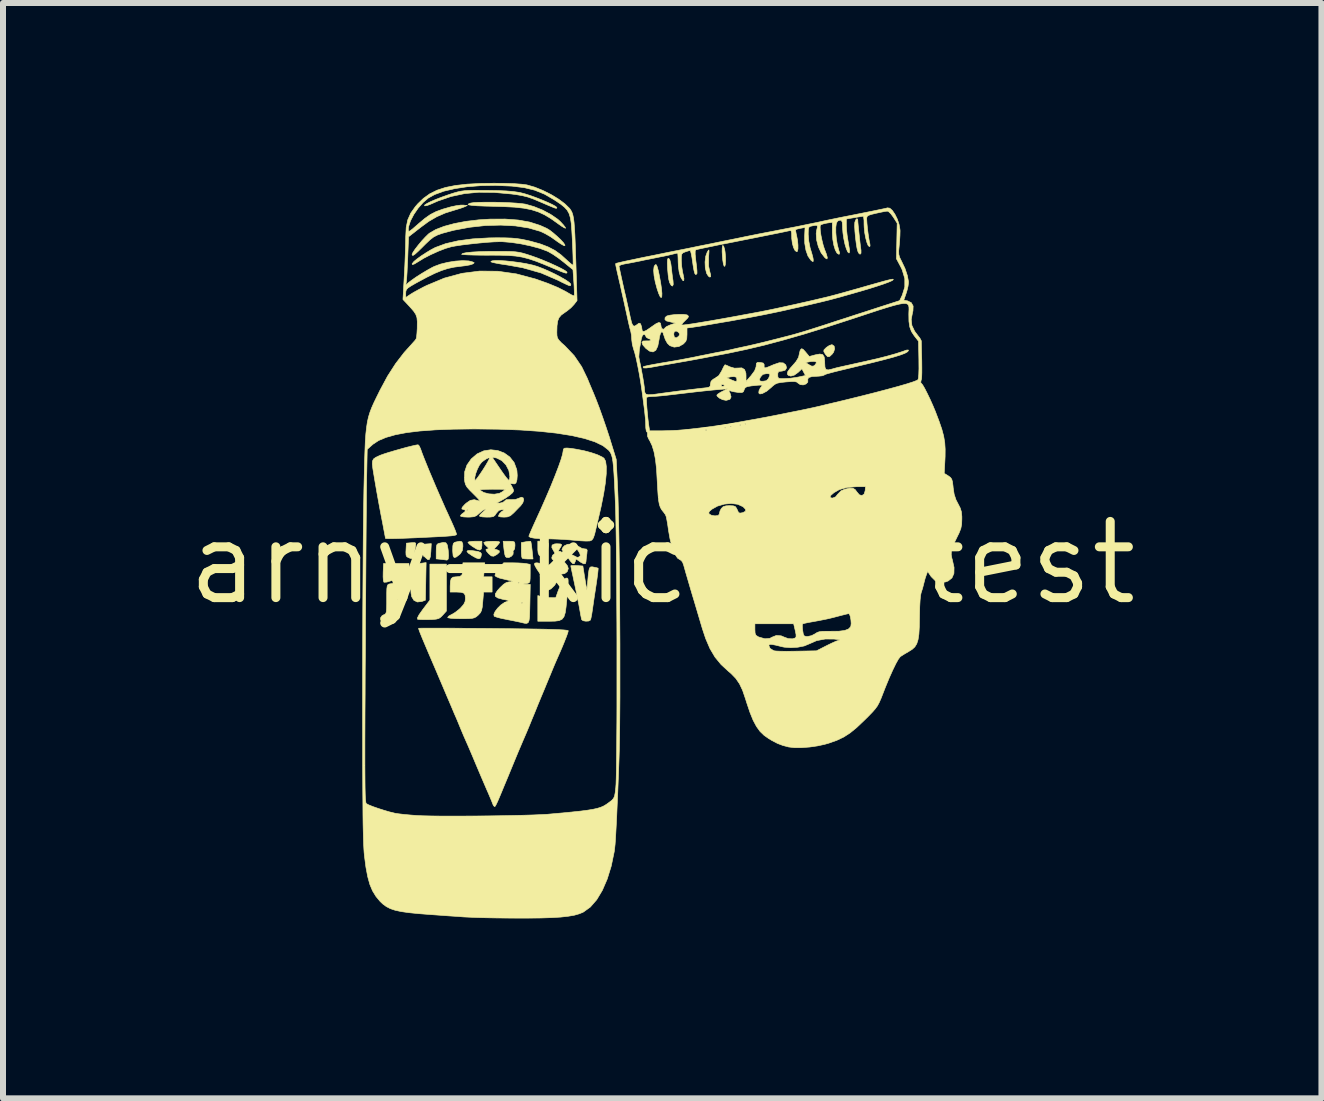
<source format=kicad_pcb>
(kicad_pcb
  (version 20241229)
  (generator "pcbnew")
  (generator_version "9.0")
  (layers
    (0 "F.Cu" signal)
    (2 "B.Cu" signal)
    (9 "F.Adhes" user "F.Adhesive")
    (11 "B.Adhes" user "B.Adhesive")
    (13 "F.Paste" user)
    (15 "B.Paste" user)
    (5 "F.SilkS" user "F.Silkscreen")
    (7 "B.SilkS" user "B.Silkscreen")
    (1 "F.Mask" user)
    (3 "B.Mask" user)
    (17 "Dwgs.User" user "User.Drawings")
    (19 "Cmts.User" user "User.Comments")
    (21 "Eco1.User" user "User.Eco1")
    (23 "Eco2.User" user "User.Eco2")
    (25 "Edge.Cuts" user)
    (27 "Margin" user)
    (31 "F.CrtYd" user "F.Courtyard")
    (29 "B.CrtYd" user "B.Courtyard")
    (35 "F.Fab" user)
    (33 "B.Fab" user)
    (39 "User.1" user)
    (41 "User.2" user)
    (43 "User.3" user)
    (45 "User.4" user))
  (footprint "arny-kicad-test"
    (layer "F.Cu")
    (at 7.99 6.333)
    (property "Reference" "arny-kicad-test" (at 0 0 0) (layer "F.SilkS") (effects (font (size 1.27 1.27) (thickness 0.15))))
    (attr through_hole)
    (fp_poly (pts (xy -3.006 -0.286) (xy -3.014 -0.233) (xy -3.04 -0.213) (xy -3.087 -0.226) (xy -3.159 -0.269) (xy -3.207 -0.305) (xy -3.235 -0.334) (xy -3.239 -0.342) (xy -3.219 -0.352) (xy -3.17 -0.358) (xy -3.122 -0.36) (xy -3.006 -0.36) (xy -3.006 -0.286)) (stroke (width 0.01) (type solid)) (fill yes) (layer "F.SilkS"))
    (fp_poly (pts (xy -3.857 -0.188) (xy -3.865 -0.103) (xy -3.881 -0.058) (xy -3.905 -0.052) (xy -3.931 -0.073) (xy -3.963 -0.102) (xy -3.976 -0.109) (xy -3.99 -0.133) (xy -4.001 -0.184) (xy -4.004 -0.212) (xy -4.011 -0.307) (xy -3.931 -0.314) (xy -3.85 -0.32) (xy -3.857 -0.188)) (stroke (width 0.01) (type solid)) (fill yes) (layer "F.SilkS"))
    (fp_poly (pts (xy -3.149 -0.201) (xy -3.072 -0.189) (xy -3.03 -0.173) (xy -3.014 -0.15) (xy -3.019 -0.114) (xy -3.019 -0.111) (xy -3.034 -0.077) (xy -3.06 -0.068) (xy -3.104 -0.082) (xy -3.17 -0.119) (xy -3.233 -0.162) (xy -3.256 -0.19) (xy -3.24 -0.205) (xy -3.184 -0.205) (xy -3.149 -0.201)) (stroke (width 0.01) (type solid)) (fill yes) (layer "F.SilkS"))
    (fp_poly (pts (xy 1.026 -5.273) (xy 1.041 -5.224) (xy 1.048 -5.181) (xy 1.055 -5.102) (xy 1.056 -5.03) (xy 1.052 -4.975) (xy 1.044 -4.944) (xy 1.032 -4.946) (xy 1.02 -4.981) (xy 1.01 -5.041) (xy 1.003 -5.113) (xy 0.999 -5.186) (xy 1 -5.247) (xy 1.006 -5.285) (xy 1.011 -5.292) (xy 1.026 -5.273)) (stroke (width 0.01) (type solid)) (fill yes) (layer "F.SilkS"))
    (fp_poly (pts (xy 2.833 -3.636) (xy 2.866 -3.613) (xy 2.874 -3.567) (xy 2.858 -3.514) (xy 2.834 -3.48) (xy 2.791 -3.44) (xy 2.76 -3.435) (xy 2.73 -3.465) (xy 2.716 -3.485) (xy 2.694 -3.523) (xy 2.696 -3.549) (xy 2.726 -3.58) (xy 2.739 -3.592) (xy 2.787 -3.624) (xy 2.829 -3.637) (xy 2.833 -3.636)) (stroke (width 0.01) (type solid)) (fill yes) (layer "F.SilkS"))
    (fp_poly (pts (xy -4.109 -0.328) (xy -4.11 -0.296) (xy -4.114 -0.274) (xy -4.124 -0.201) (xy -4.128 -0.135) (xy -4.133 -0.085) (xy -4.156 -0.067) (xy -4.203 -0.076) (xy -4.229 -0.086) (xy -4.258 -0.102) (xy -4.271 -0.129) (xy -4.273 -0.179) (xy -4.271 -0.217) (xy -4.265 -0.328) (xy -4.183 -0.335) (xy -4.13 -0.337) (xy -4.109 -0.328)) (stroke (width 0.01) (type solid)) (fill yes) (layer "F.SilkS"))
    (fp_poly (pts (xy -3.341 -0.352) (xy -3.325 -0.317) (xy -3.323 -0.274) (xy -3.332 -0.205) (xy -3.363 -0.155) (xy -3.381 -0.137) (xy -3.435 -0.096) (xy -3.468 -0.088) (xy -3.486 -0.116) (xy -3.492 -0.183) (xy -3.493 -0.209) (xy -3.491 -0.28) (xy -3.483 -0.32) (xy -3.465 -0.339) (xy -3.445 -0.346) (xy -3.378 -0.36) (xy -3.341 -0.352)) (stroke (width 0.01) (type solid)) (fill yes) (layer "F.SilkS"))
    (fp_poly (pts (xy -2.194 -0.358) (xy -2.192 -0.357) (xy -2.186 -0.334) (xy -2.178 -0.28) (xy -2.169 -0.207) (xy -2.169 -0.206) (xy -2.154 -0.064) (xy -2.238 -0.064) (xy -2.294 -0.067) (xy -2.331 -0.075) (xy -2.335 -0.078) (xy -2.343 -0.105) (xy -2.348 -0.161) (xy -2.349 -0.214) (xy -2.349 -0.337) (xy -2.274 -0.351) (xy -2.223 -0.358) (xy -2.194 -0.358)) (stroke (width 0.01) (type solid)) (fill yes) (layer "F.SilkS"))
    (fp_poly (pts (xy -3.607 -0.334) (xy -3.584 -0.3) (xy -3.571 -0.231) (xy -3.568 -0.211) (xy -3.562 -0.118) (xy -3.568 -0.063) (xy -3.588 -0.045) (xy -3.594 -0.046) (xy -3.623 -0.05) (xy -3.676 -0.056) (xy -3.688 -0.058) (xy -3.768 -0.066) (xy -3.768 -0.189) (xy -3.766 -0.26) (xy -3.758 -0.299) (xy -3.74 -0.318) (xy -3.72 -0.325) (xy -3.65 -0.34) (xy -3.607 -0.334)) (stroke (width 0.01) (type solid)) (fill yes) (layer "F.SilkS"))
    (fp_poly (pts (xy -3.598 0.804) (xy -3.66 0.873) (xy -3.694 0.907) (xy -3.726 0.928) (xy -3.769 0.939) (xy -3.835 0.945) (xy -3.887 0.946) (xy -3.97 0.947) (xy -4.036 0.945) (xy -4.076 0.941) (xy -4.079 0.94) (xy -4.081 0.918) (xy -4.054 0.866) (xy -3.998 0.787) (xy -3.989 0.774) (xy -3.873 0.621) (xy -3.873 0.021) (xy -3.598 0.021) (xy -3.598 0.804)) (stroke (width 0.01) (type solid)) (fill yes) (layer "F.SilkS"))
    (fp_poly (pts (xy -1.984 -0.356) (xy -1.94 -0.352) (xy -1.913 -0.344) (xy -1.901 -0.323) (xy -1.901 -0.28) (xy -1.91 -0.207) (xy -1.915 -0.164) (xy -1.926 -0.106) (xy -1.938 -0.07) (xy -1.943 -0.064) (xy -1.97 -0.075) (xy -2.014 -0.099) (xy -2.016 -0.101) (xy -2.051 -0.127) (xy -2.068 -0.16) (xy -2.074 -0.215) (xy -2.074 -0.25) (xy -2.074 -0.362) (xy -1.984 -0.356)) (stroke (width 0.01) (type solid)) (fill yes) (layer "F.SilkS"))
    (fp_poly (pts (xy -0.097 -4.967) (xy -0.083 -4.935) (xy -0.065 -4.869) (xy -0.051 -4.803) (xy -0.027 -4.674) (xy -0.012 -4.569) (xy -0.005 -4.49) (xy -0.007 -4.44) (xy -0.017 -4.421) (xy -0.034 -4.436) (xy -0.058 -4.488) (xy -0.085 -4.567) (xy -0.116 -4.681) (xy -0.136 -4.787) (xy -0.143 -4.875) (xy -0.136 -4.937) (xy -0.129 -4.952) (xy -0.112 -4.972) (xy -0.097 -4.967)) (stroke (width 0.01) (type solid)) (fill yes) (layer "F.SilkS"))
    (fp_poly (pts (xy 0.78 -5.193) (xy 0.776 -5.136) (xy 0.773 -5.101) (xy 0.773 -4.948) (xy 0.791 -4.863) (xy 0.807 -4.802) (xy 0.808 -4.771) (xy 0.794 -4.763) (xy 0.794 -4.763) (xy 0.769 -4.78) (xy 0.742 -4.823) (xy 0.739 -4.831) (xy 0.718 -4.916) (xy 0.714 -5.015) (xy 0.725 -5.11) (xy 0.749 -5.176) (xy 0.768 -5.208) (xy 0.778 -5.216) (xy 0.78 -5.193)) (stroke (width 0.01) (type solid)) (fill yes) (layer "F.SilkS"))
    (fp_poly (pts (xy -2.494 -0.358) (xy -2.465 -0.348) (xy -2.456 -0.321) (xy -2.455 -0.286) (xy -2.46 -0.237) (xy -2.473 -0.212) (xy -2.476 -0.212) (xy -2.488 -0.196) (xy -2.484 -0.18) (xy -2.487 -0.141) (xy -2.516 -0.108) (xy -2.557 -0.088) (xy -2.597 -0.091) (xy -2.614 -0.106) (xy -2.624 -0.138) (xy -2.634 -0.197) (xy -2.64 -0.244) (xy -2.652 -0.36) (xy -2.554 -0.36) (xy -2.494 -0.358)) (stroke (width 0.01) (type solid)) (fill yes) (layer "F.SilkS"))
    (fp_poly (pts (xy 0.128 -5.048) (xy 0.144 -4.984) (xy 0.151 -4.93) (xy 0.161 -4.841) (xy 0.172 -4.753) (xy 0.18 -4.704) (xy 0.184 -4.642) (xy 0.173 -4.614) (xy 0.151 -4.623) (xy 0.123 -4.671) (xy 0.123 -4.673) (xy 0.11 -4.721) (xy 0.099 -4.797) (xy 0.091 -4.886) (xy 0.089 -4.908) (xy 0.086 -4.996) (xy 0.088 -5.049) (xy 0.095 -5.073) (xy 0.109 -5.076) (xy 0.128 -5.048)) (stroke (width 0.01) (type solid)) (fill yes) (layer "F.SilkS"))
    (fp_poly (pts (xy 3.258 -5.729) (xy 3.26 -5.714) (xy 3.262 -5.679) (xy 3.268 -5.613) (xy 3.277 -5.528) (xy 3.287 -5.434) (xy 3.297 -5.343) (xy 3.306 -5.267) (xy 3.313 -5.216) (xy 3.314 -5.212) (xy 3.314 -5.161) (xy 3.298 -5.144) (xy 3.274 -5.165) (xy 3.261 -5.194) (xy 3.247 -5.247) (xy 3.234 -5.328) (xy 3.222 -5.424) (xy 3.213 -5.521) (xy 3.208 -5.607) (xy 3.21 -5.667) (xy 3.211 -5.678) (xy 3.226 -5.718) (xy 3.244 -5.737) (xy 3.258 -5.729)) (stroke (width 0.01) (type solid)) (fill yes) (layer "F.SilkS"))
    (fp_poly (pts (xy -2.015 0.012) (xy -1.934 0.045) (xy -1.857 0.092) (xy -1.791 0.145) (xy -1.747 0.199) (xy -1.736 0.236) (xy -1.752 0.307) (xy -1.795 0.376) (xy -1.853 0.432) (xy -1.916 0.463) (xy -1.939 0.466) (xy -1.961 0.458) (xy -1.966 0.427) (xy -1.962 0.389) (xy -1.958 0.342) (xy -1.969 0.297) (xy -1.998 0.242) (xy -2.033 0.188) (xy -2.088 0.106) (xy -2.12 0.051) (xy -2.131 0.019) (xy -2.121 0.004) (xy -2.093 0.000072) (xy -2.087 0) (xy -2.015 0.012)) (stroke (width 0.01) (type solid)) (fill yes) (layer "F.SilkS"))
    (fp_poly (pts (xy -1.584 0.255) (xy -1.574 0.263) (xy -1.569 0.283) (xy -1.568 0.321) (xy -1.572 0.384) (xy -1.579 0.477) (xy -1.59 0.603) (xy -1.603 0.736) (xy -1.617 0.833) (xy -1.638 0.899) (xy -1.67 0.94) (xy -1.718 0.963) (xy -1.786 0.972) (xy -1.879 0.974) (xy -1.888 0.974) (xy -2.074 0.974) (xy -2.074 0.546) (xy -2.016 0.563) (xy -1.957 0.574) (xy -1.883 0.581) (xy -1.866 0.581) (xy -1.775 0.582) (xy -1.735 0.468) (xy -1.689 0.356) (xy -1.646 0.285) (xy -1.606 0.255) (xy -1.598 0.254) (xy -1.584 0.255)) (stroke (width 0.01) (type solid)) (fill yes) (layer "F.SilkS"))
    (fp_poly (pts (xy -2.773 -0.359) (xy -2.727 -0.354) (xy -2.709 -0.345) (xy -2.722 -0.321) (xy -2.754 -0.283) (xy -2.756 -0.281) (xy -2.803 -0.231) (xy -2.756 -0.219) (xy -2.716 -0.2) (xy -2.717 -0.174) (xy -2.756 -0.139) (xy -2.809 -0.11) (xy -2.85 -0.115) (xy -2.896 -0.155) (xy -2.896 -0.155) (xy -2.934 -0.201) (xy -2.938 -0.225) (xy -2.909 -0.233) (xy -2.908 -0.233) (xy -2.893 -0.24) (xy -2.912 -0.263) (xy -2.929 -0.277) (xy -2.963 -0.312) (xy -2.974 -0.338) (xy -2.973 -0.34) (xy -2.948 -0.35) (xy -2.898 -0.357) (xy -2.835 -0.359) (xy -2.773 -0.359)) (stroke (width 0.01) (type solid)) (fill yes) (layer "F.SilkS"))
    (fp_poly (pts (xy -2.704 -5.039) (xy -2.605 -5.033) (xy -2.494 -5.021) (xy -2.378 -5.006) (xy -2.266 -4.987) (xy -2.165 -4.965) (xy -2.085 -4.942) (xy -1.988 -4.905) (xy -1.885 -4.86) (xy -1.782 -4.811) (xy -1.688 -4.761) (xy -1.608 -4.715) (xy -1.552 -4.676) (xy -1.525 -4.648) (xy -1.524 -4.643) (xy -1.526 -4.626) (xy -1.536 -4.619) (xy -1.56 -4.625) (xy -1.605 -4.645) (xy -1.678 -4.68) (xy -1.736 -4.71) (xy -2.019 -4.832) (xy -2.329 -4.92) (xy -2.588 -4.966) (xy -2.689 -4.981) (xy -2.772 -4.996) (xy -2.831 -5.009) (xy -2.857 -5.019) (xy -2.857 -5.02) (xy -2.838 -5.034) (xy -2.784 -5.04) (xy -2.704 -5.039)) (stroke (width 0.01) (type solid)) (fill yes) (layer "F.SilkS"))
    (fp_poly (pts (xy -2.814 -6.012) (xy -2.682 -6.009) (xy -2.553 -6.004) (xy -2.436 -5.997) (xy -2.341 -5.988) (xy -2.282 -5.98) (xy -2.139 -5.939) (xy -1.993 -5.88) (xy -1.857 -5.807) (xy -1.742 -5.728) (xy -1.695 -5.685) (xy -1.648 -5.634) (xy -1.618 -5.595) (xy -1.611 -5.578) (xy -1.632 -5.585) (xy -1.677 -5.612) (xy -1.737 -5.654) (xy -1.746 -5.661) (xy -1.858 -5.74) (xy -1.963 -5.803) (xy -2.068 -5.851) (xy -2.181 -5.887) (xy -2.308 -5.912) (xy -2.458 -5.929) (xy -2.637 -5.938) (xy -2.789 -5.943) (xy -2.956 -5.947) (xy -3.084 -5.952) (xy -3.172 -5.959) (xy -3.222 -5.967) (xy -3.237 -5.977) (xy -3.219 -5.989) (xy -3.191 -5.998) (xy -3.137 -6.006) (xy -3.051 -6.01) (xy -2.94 -6.012) (xy -2.814 -6.012)) (stroke (width 0.01) (type solid)) (fill yes) (layer "F.SilkS"))
    (fp_poly (pts (xy -1.698 -0.315) (xy -1.677 -0.304) (xy -1.686 -0.275) (xy -1.706 -0.243) (xy -1.728 -0.206) (xy -1.725 -0.192) (xy -1.706 -0.191) (xy -1.685 -0.184) (xy -1.672 -0.159) (xy -1.665 -0.106) (xy -1.663 -0.069) (xy -1.647 -0.029) (xy -1.614 0.007) (xy -1.579 0.052) (xy -1.566 0.096) (xy -1.584 0.147) (xy -1.627 0.18) (xy -1.681 0.188) (xy -1.73 0.167) (xy -1.731 0.165) (xy -1.753 0.119) (xy -1.754 0.063) (xy -1.734 0.015) (xy -1.72 0.002) (xy -1.696 -0.015) (xy -1.711 -0.02) (xy -1.729 -0.021) (xy -1.801 -0.032) (xy -1.837 -0.065) (xy -1.841 -0.088) (xy -1.827 -0.127) (xy -1.81 -0.14) (xy -1.79 -0.154) (xy -1.797 -0.178) (xy -1.81 -0.197) (xy -1.841 -0.257) (xy -1.836 -0.296) (xy -1.793 -0.315) (xy -1.757 -0.318) (xy -1.698 -0.315)) (stroke (width 0.01) (type solid)) (fill yes) (layer "F.SilkS"))
    (fp_poly (pts (xy -2.621 -5.192) (xy -2.523 -5.19) (xy -2.447 -5.185) (xy -2.383 -5.176) (xy -2.322 -5.162) (xy -2.252 -5.141) (xy -2.179 -5.117) (xy -2.078 -5.081) (xy -1.971 -5.038) (xy -1.864 -4.993) (xy -1.766 -4.948) (xy -1.682 -4.907) (xy -1.621 -4.873) (xy -1.59 -4.849) (xy -1.587 -4.843) (xy -1.59 -4.832) (xy -1.603 -4.829) (xy -1.633 -4.837) (xy -1.686 -4.856) (xy -1.767 -4.89) (xy -1.82 -4.912) (xy -1.982 -4.98) (xy -2.116 -5.032) (xy -2.23 -5.07) (xy -2.336 -5.097) (xy -2.443 -5.114) (xy -2.561 -5.124) (xy -2.701 -5.128) (xy -2.871 -5.129) (xy -2.895 -5.128) (xy -3.027 -5.129) (xy -3.145 -5.131) (xy -3.24 -5.134) (xy -3.308 -5.138) (xy -3.342 -5.142) (xy -3.344 -5.144) (xy -3.324 -5.159) (xy -3.264 -5.171) (xy -3.169 -5.181) (xy -3.041 -5.188) (xy -2.884 -5.192) (xy -2.752 -5.192) (xy -2.621 -5.192)) (stroke (width 0.01) (type solid)) (fill yes) (layer "F.SilkS"))
    (fp_poly (pts (xy -1.434 -0.297) (xy -1.385 -0.267) (xy -1.338 -0.24) (xy -1.297 -0.233) (xy -1.263 -0.229) (xy -1.251 -0.211) (xy -1.255 -0.165) (xy -1.256 -0.153) (xy -1.265 -0.087) (xy -1.27 -0.031) (xy -1.27 -0.026) (xy -1.279 0.012) (xy -1.307 0.017) (xy -1.359 -0.01) (xy -1.376 -0.022) (xy -1.436 -0.064) (xy -1.45 -0.022) (xy -1.466 0.013) (xy -1.489 0.015) (xy -1.521 -0.017) (xy -1.556 -0.064) (xy -1.593 -0.122) (xy -1.604 -0.155) (xy -1.587 -0.164) (xy -1.541 -0.15) (xy -1.461 -0.113) (xy -1.418 -0.091) (xy -1.394 -0.096) (xy -1.38 -0.103) (xy -1.365 -0.122) (xy -1.374 -0.156) (xy -1.392 -0.188) (xy -1.421 -0.23) (xy -1.441 -0.239) (xy -1.46 -0.223) (xy -1.495 -0.203) (xy -1.548 -0.192) (xy -1.605 -0.19) (xy -1.651 -0.199) (xy -1.672 -0.217) (xy -1.672 -0.219) (xy -1.658 -0.254) (xy -1.63 -0.285) (xy -1.577 -0.309) (xy -1.505 -0.313) (xy -1.434 -0.297)) (stroke (width 0.01) (type solid)) (fill yes) (layer "F.SilkS"))
    (fp_poly (pts (xy -2.968 0.116) (xy -2.977 0.233) (xy -2.836 0.233) (xy -2.836 0.487) (xy -2.978 0.487) (xy -2.992 0.651) (xy -3 0.737) (xy -3.012 0.793) (xy -3.031 0.832) (xy -3.061 0.865) (xy -3.069 0.873) (xy -3.1 0.899) (xy -3.131 0.916) (xy -3.171 0.926) (xy -3.23 0.93) (xy -3.318 0.931) (xy -3.355 0.931) (xy -3.455 0.929) (xy -3.529 0.924) (xy -3.57 0.916) (xy -3.577 0.91) (xy -3.56 0.889) (xy -3.517 0.864) (xy -3.508 0.86) (xy -3.452 0.827) (xy -3.388 0.777) (xy -3.36 0.751) (xy -3.31 0.694) (xy -3.286 0.644) (xy -3.281 0.593) (xy -3.286 0.538) (xy -3.307 0.506) (xy -3.353 0.491) (xy -3.431 0.487) (xy -3.441 0.487) (xy -3.535 0.487) (xy -3.535 0.393) (xy -3.531 0.311) (xy -3.518 0.263) (xy -3.488 0.239) (xy -3.436 0.233) (xy -3.429 0.233) (xy -3.373 0.227) (xy -3.341 0.204) (xy -3.326 0.156) (xy -3.323 0.083) (xy -3.323 0) (xy -2.958 0) (xy -2.968 0.116)) (stroke (width 0.01) (type solid)) (fill yes) (layer "F.SilkS"))
    (fp_poly (pts (xy -1.424 0.046) (xy -1.323 0.053) (xy -1.307 0.153) (xy -1.293 0.242) (xy -1.277 0.335) (xy -1.274 0.355) (xy -1.256 0.455) (xy -1.24 0.286) (xy -1.231 0.185) (xy -1.221 0.12) (xy -1.209 0.083) (xy -1.192 0.068) (xy -1.165 0.067) (xy -1.139 0.072) (xy -1.092 0.082) (xy -1.068 0.09) (xy -1.068 0.09) (xy -1.069 0.114) (xy -1.075 0.173) (xy -1.087 0.265) (xy -1.104 0.382) (xy -1.12 0.487) (xy -1.135 0.584) (xy -1.151 0.695) (xy -1.163 0.779) (xy -1.175 0.857) (xy -1.187 0.919) (xy -1.196 0.952) (xy -1.197 0.954) (xy -1.226 0.97) (xy -1.273 0.973) (xy -1.319 0.965) (xy -1.343 0.947) (xy -1.351 0.91) (xy -1.363 0.852) (xy -1.365 0.836) (xy -1.377 0.769) (xy -1.39 0.698) (xy -1.407 0.615) (xy -1.428 0.51) (xy -1.456 0.376) (xy -1.468 0.32) (xy -1.489 0.22) (xy -1.507 0.137) (xy -1.519 0.077) (xy -1.524 0.05) (xy -1.524 0.049) (xy -1.505 0.045) (xy -1.457 0.045) (xy -1.424 0.046)) (stroke (width 0.01) (type solid)) (fill yes) (layer "F.SilkS"))
    (fp_poly (pts (xy -3.002 -6.209) (xy -2.932 -6.209) (xy -2.749 -6.206) (xy -2.602 -6.2) (xy -2.483 -6.19) (xy -2.387 -6.176) (xy -2.363 -6.171) (xy -2.29 -6.152) (xy -2.199 -6.123) (xy -2.1 -6.087) (xy -2.001 -6.048) (xy -1.909 -6.009) (xy -1.832 -5.973) (xy -1.779 -5.944) (xy -1.757 -5.925) (xy -1.757 -5.924) (xy -1.758 -5.914) (xy -1.767 -5.91) (xy -1.79 -5.915) (xy -1.831 -5.931) (xy -1.898 -5.959) (xy -1.996 -6.001) (xy -2.026 -6.014) (xy -2.142 -6.063) (xy -2.236 -6.097) (xy -2.327 -6.12) (xy -2.43 -6.138) (xy -2.513 -6.149) (xy -2.8 -6.175) (xy -3.059 -6.178) (xy -3.297 -6.155) (xy -3.522 -6.107) (xy -3.74 -6.032) (xy -3.863 -5.978) (xy -3.916 -5.958) (xy -3.956 -5.951) (xy -3.961 -5.952) (xy -3.96 -5.965) (xy -3.926 -5.988) (xy -3.864 -6.02) (xy -3.78 -6.056) (xy -3.68 -6.095) (xy -3.571 -6.134) (xy -3.544 -6.143) (xy -3.47 -6.167) (xy -3.409 -6.184) (xy -3.352 -6.196) (xy -3.292 -6.204) (xy -3.22 -6.208) (xy -3.126 -6.21) (xy -3.002 -6.209)) (stroke (width 0.01) (type solid)) (fill yes) (layer "F.SilkS"))
    (fp_poly (pts (xy -2.402 -5.715) (xy -2.21 -5.681) (xy -2.038 -5.626) (xy -1.926 -5.576) (xy -1.874 -5.544) (xy -1.813 -5.496) (xy -1.75 -5.441) (xy -1.692 -5.386) (xy -1.647 -5.337) (xy -1.623 -5.3) (xy -1.623 -5.286) (xy -1.647 -5.292) (xy -1.695 -5.32) (xy -1.758 -5.363) (xy -1.778 -5.378) (xy -1.861 -5.436) (xy -1.951 -5.488) (xy -2.027 -5.524) (xy -2.031 -5.526) (xy -2.224 -5.582) (xy -2.447 -5.617) (xy -2.69 -5.63) (xy -2.948 -5.623) (xy -3.211 -5.594) (xy -3.472 -5.545) (xy -3.561 -5.522) (xy -3.668 -5.493) (xy -3.747 -5.465) (xy -3.811 -5.432) (xy -3.871 -5.386) (xy -3.941 -5.32) (xy -3.989 -5.272) (xy -4.066 -5.196) (xy -4.119 -5.148) (xy -4.151 -5.126) (xy -4.167 -5.128) (xy -4.17 -5.142) (xy -4.156 -5.174) (xy -4.12 -5.228) (xy -4.069 -5.294) (xy -4.011 -5.364) (xy -3.951 -5.429) (xy -3.899 -5.48) (xy -3.881 -5.495) (xy -3.776 -5.556) (xy -3.636 -5.61) (xy -3.466 -5.656) (xy -3.272 -5.693) (xy -3.06 -5.718) (xy -2.871 -5.73) (xy -2.62 -5.731) (xy -2.402 -5.715)) (stroke (width 0.01) (type solid)) (fill yes) (layer "F.SilkS"))
    (fp_poly (pts (xy -1.52 -1.908) (xy -1.437 -1.895) (xy -1.304 -1.869) (xy -1.181 -1.836) (xy -1.076 -1.8) (xy -0.999 -1.763) (xy -0.971 -1.744) (xy -0.944 -1.694) (xy -0.932 -1.606) (xy -0.933 -1.484) (xy -0.948 -1.33) (xy -0.977 -1.147) (xy -1.019 -0.936) (xy -1.048 -0.81) (xy -1.069 -0.719) (xy -1.09 -0.629) (xy -1.104 -0.572) (xy -1.127 -0.476) (xy -1.148 -0.415) (xy -1.172 -0.38) (xy -1.205 -0.365) (xy -1.254 -0.363) (xy -1.278 -0.363) (xy -1.358 -0.367) (xy -1.457 -0.375) (xy -1.535 -0.382) (xy -1.623 -0.389) (xy -1.735 -0.395) (xy -1.853 -0.399) (xy -1.905 -0.4) (xy -2.039 -0.403) (xy -2.134 -0.411) (xy -2.193 -0.422) (xy -2.22 -0.437) (xy -2.223 -0.445) (xy -2.214 -0.469) (xy -2.191 -0.524) (xy -2.158 -0.599) (xy -2.126 -0.67) (xy -2.028 -0.885) (xy -1.938 -1.089) (xy -1.857 -1.278) (xy -1.788 -1.449) (xy -1.731 -1.597) (xy -1.688 -1.719) (xy -1.661 -1.811) (xy -1.651 -1.869) (xy -1.651 -1.871) (xy -1.646 -1.897) (xy -1.628 -1.911) (xy -1.588 -1.914) (xy -1.52 -1.908)) (stroke (width 0.01) (type solid)) (fill yes) (layer "F.SilkS"))
    (fp_poly (pts (xy -4.052 -1.95) (xy -4.03 -1.904) (xy -4.021 -1.879) (xy -4.003 -1.828) (xy -3.972 -1.748) (xy -3.93 -1.644) (xy -3.882 -1.526) (xy -3.829 -1.401) (xy -3.777 -1.278) (xy -3.728 -1.165) (xy -3.7 -1.101) (xy -3.668 -1.029) (xy -3.638 -0.961) (xy -3.63 -0.942) (xy -3.609 -0.895) (xy -3.575 -0.822) (xy -3.536 -0.735) (xy -3.515 -0.69) (xy -3.478 -0.607) (xy -3.449 -0.537) (xy -3.432 -0.489) (xy -3.429 -0.476) (xy -3.433 -0.469) (xy -3.446 -0.462) (xy -3.472 -0.456) (xy -3.515 -0.45) (xy -3.579 -0.445) (xy -3.668 -0.439) (xy -3.785 -0.433) (xy -3.933 -0.426) (xy -4.117 -0.417) (xy -4.292 -0.41) (xy -4.403 -0.406) (xy -4.498 -0.404) (xy -4.569 -0.404) (xy -4.608 -0.406) (xy -4.614 -0.408) (xy -4.618 -0.433) (xy -4.629 -0.49) (xy -4.644 -0.569) (xy -4.657 -0.639) (xy -4.69 -0.808) (xy -4.722 -0.98) (xy -4.756 -1.168) (xy -4.793 -1.382) (xy -4.806 -1.46) (xy -4.824 -1.57) (xy -4.833 -1.646) (xy -4.83 -1.697) (xy -4.812 -1.732) (xy -4.776 -1.758) (xy -4.719 -1.785) (xy -4.688 -1.798) (xy -4.637 -1.816) (xy -4.559 -1.841) (xy -4.464 -1.869) (xy -4.362 -1.898) (xy -4.261 -1.926) (xy -4.172 -1.948) (xy -4.105 -1.963) (xy -4.07 -1.968) (xy -4.052 -1.95)) (stroke (width 0.01) (type solid)) (fill yes) (layer "F.SilkS"))
    (fp_poly (pts (xy -3.942 0.31) (xy -3.948 0.623) (xy -4.007 0.644) (xy -4.082 0.653) (xy -4.14 0.625) (xy -4.177 0.564) (xy -4.187 0.51) (xy -4.194 0.418) (xy -4.237 0.506) (xy -4.282 0.57) (xy -4.335 0.607) (xy -4.387 0.611) (xy -4.401 0.604) (xy -4.415 0.615) (xy -4.422 0.668) (xy -4.424 0.737) (xy -4.427 0.829) (xy -4.439 0.889) (xy -4.461 0.927) (xy -4.516 0.965) (xy -4.591 0.984) (xy -4.662 0.98) (xy -4.694 0.956) (xy -4.696 0.918) (xy -4.671 0.882) (xy -4.646 0.868) (xy -4.623 0.858) (xy -4.608 0.843) (xy -4.599 0.815) (xy -4.595 0.766) (xy -4.593 0.689) (xy -4.593 0.606) (xy -4.593 0.502) (xy -4.591 0.433) (xy -4.585 0.39) (xy -4.575 0.367) (xy -4.559 0.356) (xy -4.546 0.352) (xy -4.472 0.34) (xy -4.427 0.353) (xy -4.403 0.386) (xy -4.39 0.414) (xy -4.385 0.407) (xy -4.383 0.364) (xy -4.391 0.308) (xy -4.423 0.282) (xy -4.48 0.286) (xy -4.535 0.304) (xy -4.592 0.321) (xy -4.632 0.324) (xy -4.641 0.321) (xy -4.649 0.292) (xy -4.653 0.233) (xy -4.652 0.158) (xy -4.652 0.157) (xy -4.646 0.011) (xy -4.223 0.011) (xy -4.211 0.18) (xy -4.199 0.349) (xy -4.195 0.197) (xy -4.191 0.121) (xy -4.184 0.064) (xy -4.176 0.036) (xy -4.175 0.035) (xy -4.147 0.027) (xy -4.091 0.017) (xy -4.048 0.011) (xy -3.936 -0.004) (xy -3.942 0.31)) (stroke (width 0.01) (type solid)) (fill yes) (layer "F.SilkS"))
    (fp_poly (pts (xy -2.401 0.002) (xy -2.321 0.007) (xy -2.267 0.013) (xy -2.201 0.026) (xy -2.201 0.181) (xy -2.202 0.261) (xy -2.206 0.308) (xy -2.218 0.331) (xy -2.24 0.341) (xy -2.26 0.345) (xy -2.318 0.353) (xy -2.259 0.357) (xy -2.2 0.36) (xy -2.206 0.682) (xy -2.209 0.81) (xy -2.212 0.901) (xy -2.22 0.961) (xy -2.234 0.995) (xy -2.257 1.009) (xy -2.291 1.008) (xy -2.339 0.997) (xy -2.349 0.994) (xy -2.405 0.982) (xy -2.487 0.965) (xy -2.58 0.947) (xy -2.603 0.942) (xy -2.687 0.925) (xy -2.755 0.907) (xy -2.796 0.893) (xy -2.802 0.889) (xy -2.807 0.858) (xy -2.785 0.81) (xy -2.744 0.756) (xy -2.692 0.704) (xy -2.638 0.667) (xy -2.349 0.667) (xy -2.339 0.677) (xy -2.328 0.667) (xy -2.339 0.656) (xy -2.349 0.667) (xy -2.638 0.667) (xy -2.635 0.665) (xy -2.614 0.655) (xy -2.551 0.629) (xy -2.667 0.606) (xy -2.743 0.585) (xy -2.782 0.557) (xy -2.783 0.518) (xy -2.748 0.463) (xy -2.704 0.414) (xy -2.646 0.359) (xy -2.6 0.329) (xy -2.583 0.325) (xy -2.406 0.325) (xy -2.403 0.337) (xy -2.392 0.339) (xy -2.374 0.331) (xy -2.378 0.325) (xy -2.403 0.322) (xy -2.406 0.325) (xy -2.583 0.325) (xy -2.552 0.317) (xy -2.528 0.316) (xy -2.495 0.313) (xy -2.494 0.308) (xy -2.529 0.297) (xy -2.603 0.281) (xy -2.614 0.278) (xy -2.713 0.254) (xy -2.771 0.23) (xy -2.789 0.211) (xy -2.78 0.178) (xy -2.749 0.127) (xy -2.719 0.089) (xy -2.643 0) (xy -2.488 0) (xy -2.401 0.002)) (stroke (width 0.01) (type solid)) (fill yes) (layer "F.SilkS"))
    (fp_poly (pts (xy -3.757 1.089) (xy -3.603 1.089) (xy -3.425 1.09) (xy -3.227 1.092) (xy -3.013 1.093) (xy -2.81 1.095) (xy -2.535 1.098) (xy -2.3 1.101) (xy -2.103 1.104) (xy -1.941 1.107) (xy -1.811 1.111) (xy -1.712 1.115) (xy -1.64 1.119) (xy -1.594 1.124) (xy -1.57 1.129) (xy -1.566 1.133) (xy -1.574 1.164) (xy -1.594 1.222) (xy -1.623 1.295) (xy -1.627 1.306) (xy -1.664 1.396) (xy -1.698 1.475) (xy -1.736 1.562) (xy -1.78 1.662) (xy -1.795 1.697) (xy -1.823 1.764) (xy -1.862 1.859) (xy -1.91 1.974) (xy -1.963 2.103) (xy -2.02 2.239) (xy -2.077 2.377) (xy -2.131 2.511) (xy -2.174 2.614) (xy -2.215 2.715) (xy -2.255 2.811) (xy -2.288 2.888) (xy -2.307 2.932) (xy -2.327 2.978) (xy -2.36 3.056) (xy -2.403 3.157) (xy -2.451 3.273) (xy -2.498 3.387) (xy -2.572 3.567) (xy -2.633 3.713) (xy -2.68 3.827) (xy -2.716 3.913) (xy -2.743 3.976) (xy -2.763 4.018) (xy -2.776 4.044) (xy -2.785 4.058) (xy -2.792 4.063) (xy -2.795 4.064) (xy -2.814 4.046) (xy -2.827 4.016) (xy -2.842 3.976) (xy -2.87 3.909) (xy -2.905 3.827) (xy -2.922 3.789) (xy -2.962 3.696) (xy -3.012 3.58) (xy -3.065 3.455) (xy -3.112 3.344) (xy -3.158 3.234) (xy -3.204 3.126) (xy -3.244 3.033) (xy -3.274 2.966) (xy -3.275 2.963) (xy -3.313 2.877) (xy -3.351 2.786) (xy -3.369 2.743) (xy -3.402 2.662) (xy -3.437 2.579) (xy -3.449 2.552) (xy -3.47 2.504) (xy -3.503 2.425) (xy -3.546 2.324) (xy -3.595 2.21) (xy -3.63 2.127) (xy -3.68 2.009) (xy -3.727 1.899) (xy -3.767 1.804) (xy -3.797 1.734) (xy -3.81 1.704) (xy -3.887 1.525) (xy -3.951 1.374) (xy -4.002 1.253) (xy -4.038 1.164) (xy -4.058 1.109) (xy -4.061 1.091) (xy -4.039 1.09) (xy -3.979 1.089) (xy -3.883 1.089) (xy -3.757 1.089)) (stroke (width 0.01) (type solid)) (fill yes) (layer "F.SilkS"))
    (fp_poly (pts (xy -2.742 -1.872) (xy -2.634 -1.831) (xy -2.541 -1.764) (xy -2.469 -1.672) (xy -2.426 -1.556) (xy -2.422 -1.532) (xy -2.417 -1.457) (xy -2.422 -1.386) (xy -2.424 -1.376) (xy -2.439 -1.33) (xy -2.464 -1.315) (xy -2.49 -1.318) (xy -2.525 -1.322) (xy -2.527 -1.309) (xy -2.509 -1.279) (xy -2.485 -1.231) (xy -2.477 -1.2) (xy -2.494 -1.169) (xy -2.543 -1.127) (xy -2.614 -1.078) (xy -2.699 -1.03) (xy -2.762 -0.997) (xy -2.705 -0.996) (xy -2.656 -1.007) (xy -2.629 -1.029) (xy -2.602 -1.052) (xy -2.55 -1.056) (xy -2.527 -1.054) (xy -2.447 -1.056) (xy -2.398 -1.074) (xy -2.348 -1.094) (xy -2.318 -1.083) (xy -2.309 -1.049) (xy -2.324 -1.001) (xy -2.359 -0.953) (xy -2.409 -0.902) (xy -2.465 -0.844) (xy -2.478 -0.831) (xy -2.531 -0.785) (xy -2.584 -0.765) (xy -2.637 -0.762) (xy -2.694 -0.765) (xy -2.727 -0.774) (xy -2.731 -0.779) (xy -2.715 -0.815) (xy -2.679 -0.853) (xy -2.646 -0.874) (xy -2.64 -0.883) (xy -2.67 -0.887) (xy -2.671 -0.887) (xy -2.722 -0.875) (xy -2.763 -0.83) (xy -2.766 -0.826) (xy -2.791 -0.789) (xy -2.819 -0.77) (xy -2.866 -0.763) (xy -2.926 -0.762) (xy -2.991 -0.765) (xy -3.036 -0.773) (xy -3.048 -0.782) (xy -3.033 -0.806) (xy -2.995 -0.843) (xy -2.979 -0.856) (xy -2.945 -0.887) (xy -2.942 -0.899) (xy -2.953 -0.896) (xy -2.995 -0.871) (xy -3.046 -0.83) (xy -3.055 -0.821) (xy -3.096 -0.787) (xy -3.138 -0.769) (xy -3.2 -0.763) (xy -3.24 -0.762) (xy -3.307 -0.765) (xy -3.352 -0.773) (xy -3.365 -0.782) (xy -3.349 -0.807) (xy -3.323 -0.826) (xy -3.288 -0.854) (xy -3.284 -0.878) (xy -3.26 -0.878) (xy -3.249 -0.868) (xy -3.239 -0.878) (xy -3.249 -0.889) (xy -3.26 -0.878) (xy -3.284 -0.878) (xy -3.284 -0.879) (xy -3.313 -0.889) (xy -3.341 -0.898) (xy -3.334 -0.926) (xy -3.29 -0.974) (xy -3.267 -0.995) (xy -3.2 -1.041) (xy -3.134 -1.053) (xy -3.056 -1.033) (xy -3.043 -1.027) (xy -3.04 -1.034) (xy -3.064 -1.064) (xy -3.11 -1.112) (xy -3.146 -1.148) (xy -3.212 -1.214) (xy -3.041 -1.214) (xy -2.977 -1.173) (xy -2.891 -1.15) (xy -2.799 -1.144) (xy -2.715 -1.158) (xy -2.664 -1.185) (xy -2.614 -1.226) (xy -2.835 -1.227) (xy -2.924 -1.226) (xy -2.993 -1.223) (xy -3.034 -1.218) (xy -3.041 -1.214) (xy -3.212 -1.214) (xy -3.213 -1.215) (xy -3.255 -1.263) (xy -3.279 -1.305) (xy -3.291 -1.349) (xy -3.297 -1.391) (xy -3.296 -1.424) (xy -3.125 -1.424) (xy -3.123 -1.379) (xy -3.121 -1.374) (xy -3.107 -1.384) (xy -3.077 -1.422) (xy -3.037 -1.479) (xy -2.992 -1.546) (xy -2.948 -1.616) (xy -2.911 -1.679) (xy -2.886 -1.726) (xy -2.879 -1.748) (xy -2.893 -1.751) (xy -2.929 -1.735) (xy -2.975 -1.705) (xy -3.012 -1.675) (xy -3.048 -1.628) (xy -3.082 -1.561) (xy -3.109 -1.489) (xy -3.125 -1.424) (xy -3.296 -1.424) (xy -3.293 -1.519) (xy -3.255 -1.631) (xy -3.184 -1.732) (xy -3.149 -1.762) (xy -2.836 -1.762) (xy -2.705 -1.569) (xy -2.651 -1.491) (xy -2.605 -1.428) (xy -2.571 -1.388) (xy -2.557 -1.376) (xy -2.545 -1.394) (xy -2.54 -1.439) (xy -2.54 -1.441) (xy -2.557 -1.54) (xy -2.604 -1.631) (xy -2.673 -1.703) (xy -2.755 -1.745) (xy -2.769 -1.749) (xy -2.836 -1.762) (xy -3.149 -1.762) (xy -3.086 -1.816) (xy -2.975 -1.867) (xy -2.858 -1.885) (xy -2.742 -1.872)) (stroke (width 0.01) (type solid)) (fill yes) (layer "F.SilkS"))
    (fp_poly (pts (xy -2.621 -6.326) (xy -2.466 -6.321) (xy -2.344 -6.312) (xy -2.259 -6.301) (xy -2.251 -6.299) (xy -2.126 -6.263) (xy -1.99 -6.208) (xy -1.854 -6.14) (xy -1.729 -6.064) (xy -1.623 -5.985) (xy -1.547 -5.911) (xy -1.538 -5.9) (xy -1.519 -5.871) (xy -1.503 -5.839) (xy -1.49 -5.799) (xy -1.479 -5.746) (xy -1.47 -5.676) (xy -1.463 -5.584) (xy -1.456 -5.467) (xy -1.45 -5.319) (xy -1.444 -5.136) (xy -1.439 -4.996) (xy -1.42 -4.372) (xy -1.471 -4.306) (xy -1.518 -4.256) (xy -1.584 -4.201) (xy -1.626 -4.172) (xy -1.683 -4.131) (xy -1.721 -4.086) (xy -1.743 -4.03) (xy -1.754 -3.951) (xy -1.757 -3.842) (xy -1.755 -3.789) (xy -1.747 -3.75) (xy -1.725 -3.715) (xy -1.684 -3.671) (xy -1.621 -3.615) (xy -1.468 -3.454) (xy -1.342 -3.268) (xy -1.249 -3.076) (xy -1.214 -2.99) (xy -1.181 -2.912) (xy -1.157 -2.855) (xy -1.153 -2.847) (xy -1.105 -2.729) (xy -1.049 -2.583) (xy -0.99 -2.418) (xy -0.931 -2.246) (xy -0.876 -2.079) (xy -0.862 -2.032) (xy -0.767 -1.725) (xy -0.743 -1.238) (xy -0.737 -1.092) (xy -0.732 -0.908) (xy -0.727 -0.692) (xy -0.722 -0.447) (xy -0.718 -0.179) (xy -0.714 0.108) (xy -0.711 0.408) (xy -0.709 0.718) (xy -0.707 1.033) (xy -0.705 1.347) (xy -0.705 1.656) (xy -0.705 1.955) (xy -0.705 2.24) (xy -0.707 2.506) (xy -0.709 2.748) (xy -0.712 2.961) (xy -0.716 3.141) (xy -0.72 3.27) (xy -0.731 3.565) (xy -0.741 3.821) (xy -0.751 4.041) (xy -0.759 4.227) (xy -0.767 4.383) (xy -0.774 4.511) (xy -0.78 4.615) (xy -0.786 4.697) (xy -0.793 4.76) (xy -0.799 4.808) (xy -0.8 4.815) (xy -0.85 5.056) (xy -0.917 5.272) (xy -0.998 5.459) (xy -1.092 5.616) (xy -1.198 5.738) (xy -1.313 5.821) (xy -1.32 5.825) (xy -1.386 5.852) (xy -1.467 5.875) (xy -1.567 5.892) (xy -1.692 5.906) (xy -1.844 5.915) (xy -2.027 5.921) (xy -2.245 5.923) (xy -2.424 5.923) (xy -2.598 5.922) (xy -2.772 5.92) (xy -2.937 5.917) (xy -3.085 5.913) (xy -3.207 5.908) (xy -3.296 5.904) (xy -3.302 5.904) (xy -3.416 5.895) (xy -3.557 5.886) (xy -3.706 5.875) (xy -3.849 5.865) (xy -3.873 5.863) (xy -4.068 5.848) (xy -4.226 5.832) (xy -4.352 5.814) (xy -4.453 5.792) (xy -4.533 5.765) (xy -4.599 5.731) (xy -4.655 5.69) (xy -4.702 5.646) (xy -4.772 5.562) (xy -4.829 5.469) (xy -4.874 5.362) (xy -4.91 5.232) (xy -4.94 5.073) (xy -4.965 4.879) (xy -4.97 4.827) (xy -4.974 4.764) (xy -4.978 4.688) (xy -4.981 4.595) (xy -4.984 4.484) (xy -4.987 4.353) (xy -4.989 4.198) (xy -4.99 4.018) (xy -4.992 3.811) (xy -4.993 3.573) (xy -4.994 3.303) (xy -4.994 3.199) (xy -4.957 3.199) (xy -4.957 3.375) (xy -4.956 3.525) (xy -4.955 3.649) (xy -4.954 3.751) (xy -4.952 3.833) (xy -4.95 3.896) (xy -4.947 3.944) (xy -4.943 3.977) (xy -4.94 3.999) (xy -4.935 4.011) (xy -4.932 4.015) (xy -4.894 4.035) (xy -4.825 4.063) (xy -4.736 4.094) (xy -4.639 4.125) (xy -4.544 4.153) (xy -4.461 4.173) (xy -4.459 4.174) (xy -4.394 4.184) (xy -4.3 4.195) (xy -4.189 4.205) (xy -4.085 4.213) (xy -3.99 4.217) (xy -3.859 4.22) (xy -3.7 4.222) (xy -3.518 4.222) (xy -3.32 4.222) (xy -3.112 4.221) (xy -2.901 4.219) (xy -2.692 4.216) (xy -2.493 4.212) (xy -2.309 4.208) (xy -2.146 4.203) (xy -2.012 4.197) (xy -1.913 4.192) (xy -1.894 4.19) (xy -1.68 4.171) (xy -1.504 4.154) (xy -1.361 4.139) (xy -1.246 4.124) (xy -1.154 4.109) (xy -1.082 4.093) (xy -1.024 4.075) (xy -0.976 4.054) (xy -0.933 4.028) (xy -0.891 3.998) (xy -0.883 3.992) (xy -0.839 3.958) (xy -0.812 3.927) (xy -0.795 3.889) (xy -0.784 3.832) (xy -0.774 3.745) (xy -0.77 3.688) (xy -0.767 3.592) (xy -0.764 3.461) (xy -0.762 3.298) (xy -0.759 3.107) (xy -0.758 2.892) (xy -0.756 2.656) (xy -0.755 2.402) (xy -0.755 2.135) (xy -0.755 1.857) (xy -0.755 1.573) (xy -0.755 1.286) (xy -0.756 0.999) (xy -0.758 0.716) (xy -0.759 0.441) (xy -0.761 0.177) (xy -0.764 -0.072) (xy -0.766 -0.303) (xy -0.769 -0.512) (xy -0.773 -0.696) (xy -0.776 -0.85) (xy -0.78 -0.972) (xy -0.78 -0.974) (xy -0.789 -1.183) (xy -0.797 -1.355) (xy -0.805 -1.493) (xy -0.813 -1.602) (xy -0.822 -1.686) (xy -0.832 -1.749) (xy -0.845 -1.796) (xy -0.86 -1.832) (xy -0.878 -1.86) (xy -0.897 -1.881) (xy -0.991 -1.954) (xy -1.125 -2.018) (xy -1.3 -2.074) (xy -1.513 -2.122) (xy -1.764 -2.162) (xy -2.053 -2.193) (xy -2.378 -2.215) (xy -2.738 -2.228) (xy -3.133 -2.232) (xy -3.143 -2.232) (xy -3.481 -2.228) (xy -3.779 -2.217) (xy -4.038 -2.198) (xy -4.261 -2.171) (xy -4.449 -2.135) (xy -4.604 -2.091) (xy -4.728 -2.039) (xy -4.822 -1.977) (xy -4.831 -1.969) (xy -4.918 -1.892) (xy -4.926 -1.491) (xy -4.928 -1.417) (xy -4.929 -1.305) (xy -4.931 -1.156) (xy -4.932 -0.974) (xy -4.934 -0.763) (xy -4.936 -0.525) (xy -4.938 -0.264) (xy -4.94 0.017) (xy -4.942 0.316) (xy -4.944 0.628) (xy -4.947 0.951) (xy -4.948 1.282) (xy -4.949 1.45) (xy -4.952 1.834) (xy -4.953 2.179) (xy -4.955 2.485) (xy -4.956 2.756) (xy -4.957 2.993) (xy -4.957 3.199) (xy -4.994 3.199) (xy -4.994 2.998) (xy -4.995 2.656) (xy -4.995 2.274) (xy -4.995 2.191) (xy -4.995 1.85) (xy -4.994 1.505) (xy -4.993 1.159) (xy -4.992 0.817) (xy -4.99 0.484) (xy -4.988 0.163) (xy -4.986 -0.141) (xy -4.984 -0.423) (xy -4.981 -0.68) (xy -4.978 -0.906) (xy -4.975 -1.098) (xy -4.973 -1.227) (xy -4.967 -1.478) (xy -4.962 -1.691) (xy -4.956 -1.87) (xy -4.95 -2.022) (xy -4.941 -2.149) (xy -4.929 -2.257) (xy -4.915 -2.351) (xy -4.896 -2.434) (xy -4.872 -2.512) (xy -4.843 -2.588) (xy -4.807 -2.669) (xy -4.764 -2.758) (xy -4.714 -2.859) (xy -4.71 -2.868) (xy -4.579 -3.112) (xy -4.444 -3.322) (xy -4.3 -3.509) (xy -4.213 -3.605) (xy -4.162 -3.662) (xy -4.121 -3.708) (xy -4.103 -3.733) (xy -4.095 -3.765) (xy -4.089 -3.828) (xy -4.084 -3.908) (xy -4.084 -3.931) (xy -4.083 -4.021) (xy -4.089 -4.087) (xy -4.108 -4.141) (xy -4.144 -4.196) (xy -4.203 -4.263) (xy -4.233 -4.296) (xy -4.322 -4.391) (xy -4.316 -4.496) (xy -4.276 -4.496) (xy -4.276 -4.423) (xy -4.196 -4.477) (xy -4.142 -4.51) (xy -4.062 -4.554) (xy -3.971 -4.602) (xy -3.926 -4.624) (xy -3.634 -4.746) (xy -3.34 -4.826) (xy -3.043 -4.864) (xy -2.74 -4.861) (xy -2.431 -4.817) (xy -2.116 -4.733) (xy -1.909 -4.66) (xy -1.74 -4.59) (xy -1.603 -4.52) (xy -1.564 -4.497) (xy -1.512 -4.467) (xy -1.476 -4.452) (xy -1.468 -4.452) (xy -1.465 -4.476) (xy -1.466 -4.532) (xy -1.469 -4.612) (xy -1.473 -4.674) (xy -1.488 -4.887) (xy -1.649 -5.018) (xy -1.732 -5.082) (xy -1.818 -5.141) (xy -1.892 -5.184) (xy -1.916 -5.196) (xy -2.04 -5.242) (xy -2.193 -5.283) (xy -2.358 -5.318) (xy -2.522 -5.342) (xy -2.669 -5.354) (xy -2.708 -5.354) (xy -2.803 -5.351) (xy -2.926 -5.343) (xy -3.064 -5.33) (xy -3.205 -5.315) (xy -3.338 -5.299) (xy -3.449 -5.282) (xy -3.514 -5.27) (xy -3.611 -5.242) (xy -3.73 -5.196) (xy -3.856 -5.139) (xy -3.975 -5.078) (xy -4.072 -5.018) (xy -4.073 -5.018) (xy -4.13 -4.983) (xy -4.164 -4.972) (xy -4.17 -4.984) (xy -4.144 -5.018) (xy -4.136 -5.026) (xy -4.089 -5.065) (xy -4.019 -5.116) (xy -3.936 -5.17) (xy -3.855 -5.219) (xy -3.787 -5.255) (xy -3.783 -5.257) (xy -3.61 -5.321) (xy -3.401 -5.369) (xy -3.159 -5.401) (xy -2.888 -5.417) (xy -2.76 -5.419) (xy -2.622 -5.418) (xy -2.513 -5.414) (xy -2.423 -5.406) (xy -2.338 -5.393) (xy -2.247 -5.374) (xy -2.204 -5.364) (xy -2.037 -5.318) (xy -1.903 -5.267) (xy -1.789 -5.208) (xy -1.687 -5.134) (xy -1.622 -5.075) (xy -1.563 -5.021) (xy -1.516 -4.981) (xy -1.49 -4.963) (xy -1.486 -4.962) (xy -1.485 -4.985) (xy -1.486 -5.043) (xy -1.488 -5.13) (xy -1.492 -5.24) (xy -1.498 -5.365) (xy -1.498 -5.374) (xy -1.507 -5.531) (xy -1.516 -5.654) (xy -1.53 -5.748) (xy -1.552 -5.821) (xy -1.584 -5.879) (xy -1.63 -5.929) (xy -1.693 -5.98) (xy -1.776 -6.036) (xy -1.807 -6.056) (xy -1.964 -6.147) (xy -2.125 -6.212) (xy -2.301 -6.255) (xy -2.504 -6.28) (xy -2.524 -6.281) (xy -2.778 -6.292) (xy -3.022 -6.288) (xy -3.251 -6.27) (xy -3.46 -6.238) (xy -3.644 -6.195) (xy -3.796 -6.139) (xy -3.899 -6.082) (xy -3.986 -6.008) (xy -4.069 -5.913) (xy -4.141 -5.808) (xy -4.197 -5.701) (xy -4.228 -5.605) (xy -4.233 -5.561) (xy -4.232 -5.536) (xy -4.223 -5.527) (xy -4.203 -5.535) (xy -4.165 -5.564) (xy -4.105 -5.616) (xy -4.057 -5.658) (xy -3.957 -5.742) (xy -3.866 -5.806) (xy -3.771 -5.855) (xy -3.659 -5.896) (xy -3.519 -5.936) (xy -3.514 -5.937) (xy -3.433 -5.954) (xy -3.358 -5.964) (xy -3.316 -5.964) (xy -3.249 -5.957) (xy -3.302 -5.933) (xy -3.356 -5.913) (xy -3.426 -5.891) (xy -3.45 -5.884) (xy -3.617 -5.832) (xy -3.759 -5.77) (xy -3.893 -5.692) (xy -4.025 -5.595) (xy -4.229 -5.436) (xy -4.243 -5.073) (xy -4.249 -4.95) (xy -4.254 -4.84) (xy -4.26 -4.751) (xy -4.266 -4.69) (xy -4.269 -4.667) (xy -4.275 -4.64) (xy -4.265 -4.641) (xy -4.232 -4.669) (xy -4.231 -4.67) (xy -4.178 -4.711) (xy -4.101 -4.765) (xy -4.01 -4.823) (xy -3.918 -4.878) (xy -3.837 -4.923) (xy -3.801 -4.941) (xy -3.696 -4.98) (xy -3.574 -5.01) (xy -3.447 -5.03) (xy -3.327 -5.038) (xy -3.225 -5.033) (xy -3.165 -5.018) (xy -3.135 -5.004) (xy -3.143 -4.992) (xy -3.165 -4.98) (xy -3.206 -4.967) (xy -3.275 -4.954) (xy -3.358 -4.944) (xy -3.365 -4.943) (xy -3.472 -4.929) (xy -3.573 -4.907) (xy -3.676 -4.874) (xy -3.79 -4.827) (xy -3.921 -4.763) (xy -4.079 -4.678) (xy -4.112 -4.66) (xy -4.19 -4.615) (xy -4.239 -4.582) (xy -4.264 -4.555) (xy -4.274 -4.527) (xy -4.276 -4.496) (xy -4.316 -4.496) (xy -4.299 -4.809) (xy -4.291 -4.956) (xy -4.285 -5.105) (xy -4.28 -5.244) (xy -4.277 -5.362) (xy -4.276 -5.439) (xy -4.268 -5.592) (xy -4.242 -5.718) (xy -4.192 -5.83) (xy -4.115 -5.939) (xy -4.074 -5.986) (xy -3.98 -6.077) (xy -3.875 -6.152) (xy -3.754 -6.212) (xy -3.613 -6.258) (xy -3.447 -6.291) (xy -3.252 -6.313) (xy -3.024 -6.325) (xy -2.805 -6.328) (xy -2.621 -6.326)) (stroke (width 0.01) (type solid)) (fill yes) (layer "F.SilkS"))
    (fp_poly (pts (xy 3.794 -5.912) (xy 3.837 -5.874) (xy 3.88 -5.81) (xy 3.919 -5.731) (xy 3.948 -5.645) (xy 3.963 -5.559) (xy 3.965 -5.536) (xy 3.963 -5.457) (xy 3.957 -5.359) (xy 3.95 -5.281) (xy 3.942 -5.199) (xy 3.944 -5.143) (xy 3.957 -5.094) (xy 3.985 -5.037) (xy 3.99 -5.027) (xy 4.047 -4.908) (xy 4.086 -4.791) (xy 4.105 -4.691) (xy 4.105 -4.667) (xy 4.098 -4.611) (xy 4.08 -4.536) (xy 4.066 -4.492) (xy 4.027 -4.379) (xy 4.09 -4.367) (xy 4.152 -4.337) (xy 4.183 -4.281) (xy 4.18 -4.2) (xy 4.173 -4.173) (xy 4.151 -4.058) (xy 4.162 -3.958) (xy 4.208 -3.861) (xy 4.259 -3.793) (xy 4.296 -3.745) (xy 4.317 -3.706) (xy 4.319 -3.698) (xy 4.323 -3.513) (xy 4.327 -3.367) (xy 4.328 -3.253) (xy 4.328 -3.169) (xy 4.326 -3.11) (xy 4.323 -3.072) (xy 4.318 -3.049) (xy 4.316 -3.044) (xy 4.309 -3.007) (xy 4.318 -2.995) (xy 4.341 -2.967) (xy 4.375 -2.909) (xy 4.417 -2.827) (xy 4.464 -2.73) (xy 4.511 -2.625) (xy 4.553 -2.525) (xy 4.615 -2.362) (xy 4.661 -2.228) (xy 4.692 -2.112) (xy 4.71 -2.004) (xy 4.717 -1.895) (xy 4.716 -1.774) (xy 4.714 -1.727) (xy 4.701 -1.492) (xy 4.769 -1.45) (xy 4.805 -1.424) (xy 4.826 -1.395) (xy 4.839 -1.351) (xy 4.848 -1.28) (xy 4.85 -1.255) (xy 4.867 -1.142) (xy 4.898 -1.049) (xy 4.93 -0.988) (xy 4.968 -0.914) (xy 4.988 -0.849) (xy 4.995 -0.772) (xy 4.995 -0.73) (xy 4.992 -0.642) (xy 4.978 -0.571) (xy 4.948 -0.495) (xy 4.924 -0.447) (xy 4.871 -0.338) (xy 4.837 -0.256) (xy 4.82 -0.192) (xy 4.818 -0.135) (xy 4.829 -0.076) (xy 4.836 -0.052) (xy 4.865 0.077) (xy 4.863 0.177) (xy 4.83 0.252) (xy 4.766 0.303) (xy 4.722 0.319) (xy 4.632 0.329) (xy 4.553 0.299) (xy 4.483 0.229) (xy 4.473 0.214) (xy 4.425 0.143) (xy 4.403 0.201) (xy 4.383 0.26) (xy 4.364 0.333) (xy 4.36 0.349) (xy 4.341 0.422) (xy 4.32 0.489) (xy 4.316 0.5) (xy 4.307 0.544) (xy 4.299 0.623) (xy 4.293 0.73) (xy 4.29 0.856) (xy 4.289 0.91) (xy 4.286 1.068) (xy 4.279 1.189) (xy 4.265 1.281) (xy 4.243 1.35) (xy 4.211 1.402) (xy 4.166 1.443) (xy 4.107 1.48) (xy 4.104 1.482) (xy 4.04 1.519) (xy 3.986 1.553) (xy 3.968 1.566) (xy 3.937 1.606) (xy 3.895 1.681) (xy 3.843 1.788) (xy 3.784 1.92) (xy 3.72 2.075) (xy 3.683 2.17) (xy 3.648 2.26) (xy 3.618 2.328) (xy 3.588 2.384) (xy 3.55 2.436) (xy 3.5 2.493) (xy 3.43 2.565) (xy 3.368 2.626) (xy 3.244 2.744) (xy 3.133 2.835) (xy 3.026 2.904) (xy 2.911 2.959) (xy 2.778 3.006) (xy 2.708 3.026) (xy 2.589 3.052) (xy 2.457 3.071) (xy 2.323 3.081) (xy 2.202 3.081) (xy 2.108 3.07) (xy 2.106 3.07) (xy 2.009 3.044) (xy 1.92 3.01) (xy 1.823 2.959) (xy 1.775 2.93) (xy 1.697 2.875) (xy 1.63 2.81) (xy 1.571 2.728) (xy 1.516 2.625) (xy 1.463 2.494) (xy 1.407 2.328) (xy 1.388 2.267) (xy 1.34 2.126) (xy 1.288 2.016) (xy 1.226 1.926) (xy 1.146 1.844) (xy 1.107 1.811) (xy 0.982 1.696) (xy 0.88 1.572) (xy 0.796 1.43) (xy 0.775 1.381) (xy 1.778 1.381) (xy 1.798 1.427) (xy 1.853 1.461) (xy 1.873 1.468) (xy 1.908 1.471) (xy 1.978 1.474) (xy 2.072 1.475) (xy 2.183 1.474) (xy 2.244 1.473) (xy 2.572 1.467) (xy 2.744 1.379) (xy 2.824 1.34) (xy 2.895 1.308) (xy 2.944 1.291) (xy 2.955 1.288) (xy 2.958 1.284) (xy 2.925 1.278) (xy 2.868 1.271) (xy 2.718 1.27) (xy 2.574 1.297) (xy 2.451 1.351) (xy 2.448 1.352) (xy 2.367 1.386) (xy 2.26 1.407) (xy 2.144 1.414) (xy 2.033 1.406) (xy 1.99 1.397) (xy 1.894 1.373) (xy 1.831 1.361) (xy 1.796 1.359) (xy 1.781 1.368) (xy 1.778 1.381) (xy 0.775 1.381) (xy 0.724 1.262) (xy 0.669 1.097) (xy 0.646 1.019) (xy 0.645 1.016) (xy 1.545 1.016) (xy 1.545 1.112) (xy 1.548 1.173) (xy 1.563 1.208) (xy 1.597 1.231) (xy 1.614 1.238) (xy 1.712 1.266) (xy 1.794 1.259) (xy 1.832 1.239) (xy 1.902 1.211) (xy 1.983 1.217) (xy 2.032 1.238) (xy 2.102 1.264) (xy 2.172 1.267) (xy 2.217 1.253) (xy 2.231 1.234) (xy 2.231 1.196) (xy 2.218 1.129) (xy 2.217 1.126) (xy 2.198 1.045) (xy 2.335 1.045) (xy 2.338 1.098) (xy 2.342 1.129) (xy 2.352 1.189) (xy 2.367 1.218) (xy 2.396 1.227) (xy 2.424 1.228) (xy 2.49 1.214) (xy 2.549 1.183) (xy 2.581 1.162) (xy 2.618 1.149) (xy 2.67 1.142) (xy 2.747 1.141) (xy 2.813 1.141) (xy 2.945 1.14) (xy 3.04 1.128) (xy 3.103 1.105) (xy 3.138 1.07) (xy 3.145 1.054) (xy 3.15 1.01) (xy 3.146 0.953) (xy 3.136 0.896) (xy 3.122 0.857) (xy 3.111 0.847) (xy 3.082 0.852) (xy 3.026 0.866) (xy 2.97 0.88) (xy 2.845 0.913) (xy 2.733 0.939) (xy 2.612 0.963) (xy 2.514 0.981) (xy 2.435 0.995) (xy 2.374 1.008) (xy 2.341 1.018) (xy 2.339 1.019) (xy 2.335 1.045) (xy 2.198 1.045) (xy 2.191 1.016) (xy 1.545 1.016) (xy 0.645 1.016) (xy 0.614 0.911) (xy 0.576 0.783) (xy 0.535 0.645) (xy 0.497 0.519) (xy 0.459 0.39) (xy 0.424 0.27) (xy 0.394 0.168) (xy 0.372 0.09) (xy 0.359 0.044) (xy 0.359 0.043) (xy 0.34 -0.009) (xy 0.318 -0.038) (xy 0.315 -0.04) (xy 0.257 -0.077) (xy 0.207 -0.149) (xy 0.165 -0.256) (xy 0.129 -0.403) (xy 0.105 -0.54) (xy 0.09 -0.646) (xy 0.077 -0.719) (xy 0.067 -0.768) (xy 0.055 -0.799) (xy 0.04 -0.823) (xy 0.033 -0.832) (xy 0.775 -0.832) (xy 0.785 -0.813) (xy 0.822 -0.792) (xy 0.878 -0.783) (xy 0.881 -0.783) (xy 0.932 -0.789) (xy 0.951 -0.81) (xy 0.953 -0.821) (xy 0.964 -0.866) (xy 0.985 -0.905) (xy 1.016 -0.936) (xy 1.063 -0.95) (xy 1.12 -0.953) (xy 1.184 -0.95) (xy 1.219 -0.938) (xy 1.24 -0.908) (xy 1.249 -0.889) (xy 1.27 -0.843) (xy 1.293 -0.828) (xy 1.336 -0.835) (xy 1.349 -0.839) (xy 1.389 -0.861) (xy 1.389 -0.893) (xy 1.348 -0.935) (xy 1.344 -0.937) (xy 1.259 -0.976) (xy 1.151 -0.99) (xy 1.035 -0.979) (xy 0.922 -0.946) (xy 0.83 -0.895) (xy 0.786 -0.858) (xy 0.775 -0.832) (xy 0.033 -0.832) (xy 0.02 -0.848) (xy 0.02 -0.848) (xy -0.009 -0.885) (xy -0.031 -0.924) (xy -0.048 -0.974) (xy -0.06 -1.039) (xy -0.066 -1.095) (xy 2.797 -1.095) (xy 2.822 -1.081) (xy 2.842 -1.08) (xy 2.891 -1.1) (xy 2.924 -1.142) (xy 2.982 -1.201) (xy 3.041 -1.226) (xy 3.124 -1.245) (xy 3.179 -1.244) (xy 3.218 -1.22) (xy 3.244 -1.184) (xy 3.286 -1.134) (xy 3.329 -1.122) (xy 3.365 -1.145) (xy 3.383 -1.201) (xy 3.389 -1.27) (xy 3.248 -1.27) (xy 3.086 -1.258) (xy 2.954 -1.222) (xy 2.863 -1.17) (xy 2.811 -1.125) (xy 2.797 -1.095) (xy -0.066 -1.095) (xy -0.069 -1.128) (xy -0.077 -1.247) (xy -0.084 -1.376) (xy -0.095 -1.568) (xy -0.113 -1.725) (xy -0.137 -1.851) (xy -0.169 -1.955) (xy -0.21 -2.04) (xy -0.226 -2.066) (xy -0.246 -2.113) (xy -0.246 -2.148) (xy -0.246 -2.176) (xy -0.255 -2.18) (xy -0.266 -2.199) (xy -0.274 -2.248) (xy -0.275 -2.285) (xy -0.276 -2.332) (xy -0.279 -2.387) (xy -0.286 -2.454) (xy -0.295 -2.542) (xy -0.31 -2.656) (xy -0.329 -2.802) (xy -0.341 -2.889) (xy -0.361 -3.024) (xy -0.385 -3.163) (xy -0.411 -3.297) (xy -0.436 -3.415) (xy -0.46 -3.509) (xy -0.477 -3.562) (xy -0.498 -3.638) (xy -0.508 -3.716) (xy -0.508 -3.723) (xy -0.513 -3.795) (xy -0.525 -3.861) (xy -0.527 -3.865) (xy -0.542 -3.921) (xy -0.56 -3.998) (xy -0.57 -4.043) (xy -0.608 -4.217) (xy -0.647 -4.394) (xy -0.655 -4.429) (xy -0.674 -4.513) (xy -0.693 -4.599) (xy -0.697 -4.62) (xy -0.714 -4.69) (xy -0.734 -4.779) (xy -0.75 -4.846) (xy -0.765 -4.916) (xy -0.771 -4.945) (xy -0.72 -4.945) (xy -0.715 -4.918) (xy -0.702 -4.856) (xy -0.683 -4.767) (xy -0.659 -4.659) (xy -0.635 -4.551) (xy -0.605 -4.423) (xy -0.578 -4.301) (xy -0.554 -4.195) (xy -0.537 -4.115) (xy -0.528 -4.075) (xy -0.508 -3.995) (xy -0.486 -3.953) (xy -0.459 -3.946) (xy -0.423 -3.969) (xy -0.388 -3.995) (xy -0.368 -3.991) (xy -0.359 -3.978) (xy -0.343 -3.932) (xy -0.339 -3.9) (xy -0.332 -3.865) (xy -0.308 -3.856) (xy -0.264 -3.875) (xy -0.195 -3.922) (xy -0.173 -3.938) (xy -0.102 -3.987) (xy -0.056 -4.007) (xy -0.03 -3.997) (xy -0.021 -3.957) (xy -0.021 -3.946) (xy -0.009 -3.909) (xy 0.016 -3.893) (xy 0.041 -3.906) (xy 0.046 -3.917) (xy 0.069 -3.937) (xy 0.118 -3.96) (xy 0.138 -3.968) (xy 0.222 -3.997) (xy 0.159 -4.011) (xy 0.105 -4.024) (xy 0.069 -4.033) (xy 0.045 -4.057) (xy 0.049 -4.091) (xy 0.079 -4.116) (xy 0.132 -4.129) (xy 0.206 -4.138) (xy 0.286 -4.142) (xy 0.358 -4.141) (xy 0.41 -4.134) (xy 0.423 -4.128) (xy 0.438 -4.11) (xy 0.429 -4.086) (xy 0.39 -4.046) (xy 0.384 -4.041) (xy 0.344 -4) (xy 0.325 -3.972) (xy 0.325 -3.965) (xy 0.349 -3.965) (xy 0.412 -3.972) (xy 0.51 -3.986) (xy 0.639 -4.007) (xy 0.796 -4.033) (xy 0.978 -4.065) (xy 1.101 -4.087) (xy 1.178 -4.101) (xy 1.271 -4.118) (xy 1.318 -4.127) (xy 1.487 -4.158) (xy 1.632 -4.185) (xy 1.767 -4.212) (xy 1.91 -4.242) (xy 2.075 -4.278) (xy 2.106 -4.285) (xy 2.226 -4.311) (xy 2.331 -4.335) (xy 2.434 -4.358) (xy 2.546 -4.384) (xy 2.681 -4.416) (xy 2.757 -4.434) (xy 2.819 -4.45) (xy 2.913 -4.475) (xy 3.03 -4.507) (xy 3.16 -4.544) (xy 3.296 -4.582) (xy 3.302 -4.584) (xy 3.466 -4.631) (xy 3.594 -4.667) (xy 3.69 -4.694) (xy 3.759 -4.712) (xy 3.805 -4.723) (xy 3.833 -4.728) (xy 3.847 -4.728) (xy 3.852 -4.724) (xy 3.852 -4.721) (xy 3.833 -4.705) (xy 3.778 -4.681) (xy 3.692 -4.649) (xy 3.581 -4.612) (xy 3.451 -4.571) (xy 3.306 -4.528) (xy 3.239 -4.509) (xy 3.184 -4.493) (xy 3.103 -4.47) (xy 3.011 -4.444) (xy 2.985 -4.436) (xy 2.884 -4.409) (xy 2.775 -4.38) (xy 2.649 -4.349) (xy 2.501 -4.314) (xy 2.324 -4.273) (xy 2.148 -4.234) (xy 2.071 -4.216) (xy 1.986 -4.197) (xy 1.968 -4.193) (xy 1.844 -4.167) (xy 1.688 -4.135) (xy 1.512 -4.101) (xy 1.327 -4.067) (xy 1.143 -4.033) (xy 0.971 -4.004) (xy 0.947 -4) (xy 0.855 -3.984) (xy 0.76 -3.968) (xy 0.709 -3.959) (xy 0.622 -3.944) (xy 0.533 -3.931) (xy 0.508 -3.927) (xy 0.413 -3.915) (xy 0.413 -3.808) (xy 0.409 -3.738) (xy 0.393 -3.692) (xy 0.358 -3.654) (xy 0.353 -3.649) (xy 0.278 -3.606) (xy 0.199 -3.596) (xy 0.128 -3.62) (xy 0.086 -3.66) (xy 0.051 -3.723) (xy 0.029 -3.787) (xy 0.021 -3.812) (xy 0.191 -3.812) (xy 0.202 -3.763) (xy 0.232 -3.749) (xy 0.271 -3.774) (xy 0.276 -3.779) (xy 0.292 -3.811) (xy 0.273 -3.842) (xy 0.27 -3.845) (xy 0.23 -3.866) (xy 0.2 -3.85) (xy 0.191 -3.812) (xy 0.021 -3.812) (xy 0.012 -3.84) (xy -0.008 -3.853) (xy -0.028 -3.829) (xy -0.045 -3.771) (xy -0.053 -3.72) (xy -0.074 -3.612) (xy -0.107 -3.544) (xy -0.153 -3.516) (xy -0.211 -3.529) (xy -0.273 -3.575) (xy -0.324 -3.633) (xy -0.339 -3.674) (xy -0.319 -3.698) (xy -0.265 -3.7) (xy -0.213 -3.7) (xy -0.191 -3.712) (xy -0.202 -3.729) (xy -0.233 -3.74) (xy -0.267 -3.762) (xy -0.275 -3.781) (xy -0.292 -3.807) (xy -0.306 -3.81) (xy -0.331 -3.79) (xy -0.348 -3.734) (xy -0.349 -3.731) (xy -0.362 -3.656) (xy -0.378 -3.574) (xy -0.381 -3.561) (xy -0.39 -3.433) (xy -0.381 -3.381) (xy -0.362 -3.294) (xy -0.343 -3.194) (xy -0.324 -3.093) (xy -0.309 -3.001) (xy -0.299 -2.93) (xy -0.296 -2.894) (xy -0.291 -2.843) (xy -0.273 -2.813) (xy -0.233 -2.802) (xy -0.164 -2.805) (xy -0.103 -2.813) (xy 0.019 -2.83) (xy 0.162 -2.849) (xy 0.313 -2.869) (xy 0.459 -2.887) (xy 0.586 -2.902) (xy 0.672 -2.912) (xy 0.744 -2.92) (xy 0.784 -2.93) (xy 0.801 -2.948) (xy 0.803 -2.964) (xy 0.984 -2.964) (xy 0.989 -2.945) (xy 1.004 -2.942) (xy 1.033 -2.947) (xy 1.037 -2.952) (xy 1.022 -2.971) (xy 0.994 -2.972) (xy 0.984 -2.964) (xy 0.803 -2.964) (xy 0.804 -2.977) (xy 0.804 -2.983) (xy 0.814 -3.027) (xy 0.85 -3.061) (xy 0.879 -3.076) (xy 0.893 -3.086) (xy 1.074 -3.086) (xy 1.156 -3.049) (xy 1.209 -3.028) (xy 1.235 -3.026) (xy 1.246 -3.043) (xy 1.246 -3.043) (xy 1.24 -3.084) (xy 1.232 -3.095) (xy 1.197 -3.105) (xy 1.143 -3.101) (xy 1.142 -3.101) (xy 1.074 -3.086) (xy 0.893 -3.086) (xy 0.943 -3.121) (xy 0.989 -3.195) (xy 0.995 -3.207) (xy 1.021 -3.262) (xy 1.041 -3.296) (xy 1.048 -3.302) (xy 1.073 -3.293) (xy 1.119 -3.272) (xy 1.126 -3.268) (xy 1.204 -3.245) (xy 1.253 -3.247) (xy 1.327 -3.25) (xy 1.373 -3.222) (xy 1.395 -3.161) (xy 1.397 -3.12) (xy 1.397 -3.024) (xy 1.409 -3.038) (xy 1.621 -3.038) (xy 1.647 -3.028) (xy 1.68 -3.027) (xy 1.736 -3.036) (xy 1.768 -3.068) (xy 1.775 -3.081) (xy 1.794 -3.128) (xy 1.791 -3.149) (xy 1.758 -3.154) (xy 1.738 -3.154) (xy 1.678 -3.142) (xy 1.639 -3.099) (xy 1.623 -3.064) (xy 1.621 -3.038) (xy 1.409 -3.038) (xy 1.482 -3.122) (xy 1.541 -3.202) (xy 1.565 -3.268) (xy 1.566 -3.283) (xy 1.57 -3.327) (xy 1.591 -3.342) (xy 1.635 -3.34) (xy 1.683 -3.331) (xy 1.699 -3.308) (xy 1.699 -3.287) (xy 1.699 -3.261) (xy 1.71 -3.25) (xy 1.74 -3.255) (xy 1.795 -3.277) (xy 1.86 -3.305) (xy 1.951 -3.336) (xy 2.018 -3.333) (xy 2.06 -3.3) (xy 2.073 -3.25) (xy 2.05 -3.212) (xy 1.996 -3.196) (xy 1.99 -3.196) (xy 1.945 -3.191) (xy 1.928 -3.167) (xy 1.926 -3.133) (xy 1.928 -3.096) (xy 1.942 -3.077) (xy 1.977 -3.071) (xy 2.037 -3.071) (xy 2.126 -3.076) (xy 2.224 -3.089) (xy 2.268 -3.097) (xy 2.388 -3.123) (xy 2.358 -3.179) (xy 2.329 -3.235) (xy 2.263 -3.173) (xy 2.201 -3.129) (xy 2.144 -3.113) (xy 2.101 -3.126) (xy 2.086 -3.147) (xy 2.092 -3.186) (xy 2.133 -3.244) (xy 2.156 -3.269) (xy 2.217 -3.339) (xy 2.389 -3.339) (xy 2.449 -3.302) (xy 2.492 -3.279) (xy 2.521 -3.28) (xy 2.546 -3.298) (xy 2.569 -3.331) (xy 2.564 -3.35) (xy 2.533 -3.358) (xy 2.479 -3.356) (xy 2.467 -3.354) (xy 2.389 -3.339) (xy 2.217 -3.339) (xy 2.231 -3.355) (xy 2.273 -3.426) (xy 2.286 -3.486) (xy 2.298 -3.537) (xy 2.308 -3.556) (xy 2.325 -3.57) (xy 2.349 -3.559) (xy 2.388 -3.517) (xy 2.39 -3.514) (xy 2.452 -3.44) (xy 2.551 -3.467) (xy 2.627 -3.481) (xy 2.675 -3.472) (xy 2.7 -3.432) (xy 2.709 -3.358) (xy 2.709 -3.331) (xy 2.713 -3.261) (xy 2.729 -3.224) (xy 2.767 -3.216) (xy 2.834 -3.231) (xy 2.849 -3.236) (xy 2.905 -3.251) (xy 2.982 -3.269) (xy 3.027 -3.279) (xy 3.114 -3.298) (xy 3.203 -3.318) (xy 3.239 -3.326) (xy 3.32 -3.344) (xy 3.403 -3.362) (xy 3.418 -3.366) (xy 3.586 -3.404) (xy 3.747 -3.445) (xy 3.892 -3.486) (xy 4.01 -3.524) (xy 4.069 -3.546) (xy 4.1 -3.549) (xy 4.106 -3.54) (xy 4.091 -3.519) (xy 4.045 -3.493) (xy 3.965 -3.463) (xy 3.851 -3.428) (xy 3.699 -3.387) (xy 3.509 -3.339) (xy 3.397 -3.312) (xy 3.211 -3.267) (xy 3.062 -3.231) (xy 2.946 -3.203) (xy 2.858 -3.181) (xy 2.795 -3.164) (xy 2.752 -3.152) (xy 2.724 -3.143) (xy 2.708 -3.136) (xy 2.7 -3.13) (xy 2.667 -3.118) (xy 2.611 -3.112) (xy 2.594 -3.111) (xy 2.499 -3.106) (xy 2.442 -3.089) (xy 2.426 -3.063) (xy 2.427 -3.056) (xy 2.427 -3.013) (xy 2.397 -2.982) (xy 2.351 -2.966) (xy 2.301 -2.971) (xy 2.263 -2.997) (xy 2.242 -3.014) (xy 2.208 -3.022) (xy 2.15 -3.022) (xy 2.065 -3.016) (xy 1.978 -3.007) (xy 1.919 -2.995) (xy 1.878 -2.976) (xy 1.84 -2.946) (xy 1.82 -2.927) (xy 1.743 -2.862) (xy 1.67 -2.823) (xy 1.628 -2.815) (xy 1.61 -2.831) (xy 1.613 -2.868) (xy 1.633 -2.911) (xy 1.644 -2.925) (xy 1.667 -2.953) (xy 1.658 -2.962) (xy 1.638 -2.963) (xy 1.594 -2.961) (xy 1.528 -2.954) (xy 1.489 -2.95) (xy 1.422 -2.939) (xy 1.386 -2.923) (xy 1.369 -2.895) (xy 1.366 -2.884) (xy 1.353 -2.852) (xy 1.328 -2.839) (xy 1.277 -2.84) (xy 1.264 -2.841) (xy 1.198 -2.851) (xy 1.147 -2.863) (xy 1.138 -2.867) (xy 1.114 -2.874) (xy 1.114 -2.861) (xy 1.132 -2.824) (xy 1.148 -2.765) (xy 1.128 -2.726) (xy 1.073 -2.71) (xy 1.06 -2.709) (xy 1.007 -2.72) (xy 0.955 -2.745) (xy 0.918 -2.776) (xy 0.91 -2.795) (xy 0.928 -2.814) (xy 0.972 -2.843) (xy 1 -2.857) (xy 1.09 -2.901) (xy 0.942 -2.889) (xy 0.841 -2.88) (xy 0.723 -2.868) (xy 0.583 -2.853) (xy 0.413 -2.833) (xy 0.209 -2.809) (xy 0.173 -2.805) (xy 0.064 -2.792) (xy -0.038 -2.782) (xy -0.12 -2.775) (xy -0.17 -2.773) (xy -0.225 -2.769) (xy -0.258 -2.76) (xy -0.261 -2.757) (xy -0.263 -2.731) (xy -0.261 -2.672) (xy -0.256 -2.593) (xy -0.248 -2.501) (xy -0.239 -2.409) (xy -0.229 -2.325) (xy -0.221 -2.27) (xy -0.21 -2.201) (xy 0.005 -2.201) (xy 0.126 -2.204) (xy 0.258 -2.21) (xy 0.279 -2.212) (xy 0.72 -2.212) (xy 0.73 -2.201) (xy 0.741 -2.212) (xy 0.73 -2.223) (xy 0.72 -2.212) (xy 0.279 -2.212) (xy 0.38 -2.22) (xy 0.411 -2.223) (xy 0.628 -2.248) (xy 0.677 -2.254) (xy 1.037 -2.254) (xy 1.048 -2.244) (xy 1.058 -2.254) (xy 1.048 -2.265) (xy 1.037 -2.254) (xy 0.677 -2.254) (xy 0.81 -2.271) (xy 0.866 -2.279) (xy 1.129 -2.279) (xy 1.132 -2.266) (xy 1.143 -2.265) (xy 1.16 -2.273) (xy 1.157 -2.279) (xy 1.132 -2.281) (xy 1.129 -2.279) (xy 0.866 -2.279) (xy 0.964 -2.293) (xy 0.988 -2.297) (xy 1.291 -2.297) (xy 1.302 -2.286) (xy 1.312 -2.297) (xy 1.302 -2.307) (xy 1.291 -2.297) (xy 0.988 -2.297) (xy 1.097 -2.314) (xy 1.119 -2.318) (xy 1.376 -2.318) (xy 1.386 -2.307) (xy 1.397 -2.318) (xy 1.386 -2.328) (xy 1.376 -2.318) (xy 1.119 -2.318) (xy 1.132 -2.32) (xy 1.302 -2.35) (xy 1.438 -2.375) (xy 1.547 -2.394) (xy 1.638 -2.411) (xy 1.719 -2.426) (xy 1.797 -2.441) (xy 1.879 -2.457) (xy 1.975 -2.476) (xy 2.043 -2.49) (xy 2.187 -2.519) (xy 2.298 -2.541) (xy 2.385 -2.559) (xy 2.454 -2.574) (xy 2.516 -2.587) (xy 2.577 -2.601) (xy 2.647 -2.617) (xy 2.72 -2.635) (xy 3.027 -2.708) (xy 3.303 -2.776) (xy 3.548 -2.838) (xy 3.76 -2.894) (xy 3.936 -2.942) (xy 4.077 -2.983) (xy 4.18 -3.016) (xy 4.245 -3.041) (xy 4.264 -3.053) (xy 4.272 -3.08) (xy 4.277 -3.143) (xy 4.28 -3.236) (xy 4.279 -3.352) (xy 4.279 -3.382) (xy 4.273 -3.694) (xy 4.201 -3.786) (xy 4.155 -3.856) (xy 4.127 -3.932) (xy 4.113 -4.025) (xy 4.111 -4.146) (xy 4.112 -4.18) (xy 4.114 -4.226) (xy 4.113 -4.264) (xy 4.106 -4.293) (xy 4.09 -4.313) (xy 4.061 -4.324) (xy 4.016 -4.324) (xy 3.953 -4.313) (xy 3.866 -4.292) (xy 3.754 -4.259) (xy 3.613 -4.215) (xy 3.44 -4.158) (xy 3.231 -4.089) (xy 3.14 -4.059) (xy 2.736 -3.928) (xy 2.364 -3.813) (xy 2.02 -3.714) (xy 1.698 -3.628) (xy 1.393 -3.556) (xy 1.1 -3.494) (xy 0.979 -3.471) (xy 0.851 -3.447) (xy 0.69 -3.416) (xy 0.54 -3.388) (xy 0.486 -3.378) (xy 0.402 -3.363) (xy 0.299 -3.345) (xy 0.191 -3.326) (xy 0.077 -3.306) (xy -0.034 -3.287) (xy -0.127 -3.27) (xy -0.189 -3.259) (xy -0.269 -3.248) (xy -0.313 -3.25) (xy -0.318 -3.265) (xy -0.313 -3.271) (xy -0.289 -3.278) (xy -0.232 -3.291) (xy -0.15 -3.307) (xy -0.052 -3.324) (xy -0.051 -3.325) (xy 0.099 -3.35) (xy 0.217 -3.37) (xy 0.311 -3.387) (xy 0.39 -3.402) (xy 0.463 -3.416) (xy 0.54 -3.431) (xy 0.624 -3.449) (xy 0.73 -3.47) (xy 0.834 -3.491) (xy 0.922 -3.509) (xy 0.953 -3.514) (xy 1.039 -3.531) (xy 1.125 -3.549) (xy 1.159 -3.557) (xy 1.242 -3.576) (xy 1.329 -3.595) (xy 1.339 -3.597) (xy 1.441 -3.619) (xy 1.532 -3.64) (xy 1.625 -3.662) (xy 1.732 -3.688) (xy 1.862 -3.721) (xy 1.926 -3.737) (xy 2.03 -3.764) (xy 2.12 -3.787) (xy 2.202 -3.809) (xy 2.284 -3.833) (xy 2.373 -3.859) (xy 2.475 -3.891) (xy 2.597 -3.93) (xy 2.746 -3.978) (xy 2.91 -4.032) (xy 3.063 -4.081) (xy 3.23 -4.136) (xy 3.396 -4.189) (xy 3.546 -4.238) (xy 3.635 -4.267) (xy 3.958 -4.371) (xy 4.002 -4.463) (xy 4.044 -4.599) (xy 4.044 -4.739) (xy 4.001 -4.883) (xy 3.977 -4.934) (xy 3.905 -5.069) (xy 3.911 -5.366) (xy 3.917 -5.662) (xy 3.853 -5.763) (xy 3.812 -5.818) (xy 3.774 -5.855) (xy 3.754 -5.863) (xy 3.716 -5.859) (xy 3.651 -5.846) (xy 3.572 -5.829) (xy 3.563 -5.827) (xy 3.484 -5.808) (xy 3.438 -5.792) (xy 3.416 -5.775) (xy 3.409 -5.749) (xy 3.409 -5.727) (xy 3.413 -5.662) (xy 3.421 -5.576) (xy 3.433 -5.483) (xy 3.446 -5.397) (xy 3.458 -5.333) (xy 3.462 -5.318) (xy 3.465 -5.281) (xy 3.454 -5.271) (xy 3.433 -5.29) (xy 3.412 -5.342) (xy 3.392 -5.416) (xy 3.376 -5.502) (xy 3.367 -5.591) (xy 3.365 -5.639) (xy 3.364 -5.71) (xy 3.358 -5.76) (xy 3.351 -5.779) (xy 3.325 -5.775) (xy 3.269 -5.766) (xy 3.203 -5.755) (xy 3.069 -5.732) (xy 3.069 -5.632) (xy 3.073 -5.552) (xy 3.083 -5.458) (xy 3.091 -5.407) (xy 3.104 -5.328) (xy 3.116 -5.257) (xy 3.122 -5.223) (xy 3.123 -5.181) (xy 3.114 -5.165) (xy 3.092 -5.184) (xy 3.069 -5.237) (xy 3.046 -5.313) (xy 3.027 -5.404) (xy 3.013 -5.499) (xy 3.006 -5.591) (xy 3.006 -5.61) (xy 3.001 -5.68) (xy 2.983 -5.712) (xy 2.949 -5.71) (xy 2.923 -5.696) (xy 2.903 -5.661) (xy 2.894 -5.595) (xy 2.894 -5.507) (xy 2.902 -5.407) (xy 2.919 -5.304) (xy 2.944 -5.209) (xy 2.956 -5.174) (xy 2.954 -5.148) (xy 2.944 -5.144) (xy 2.914 -5.163) (xy 2.885 -5.216) (xy 2.861 -5.295) (xy 2.844 -5.389) (xy 2.837 -5.49) (xy 2.836 -5.508) (xy 2.836 -5.678) (xy 2.746 -5.664) (xy 2.687 -5.651) (xy 2.645 -5.636) (xy 2.638 -5.631) (xy 2.632 -5.601) (xy 2.635 -5.54) (xy 2.646 -5.461) (xy 2.664 -5.374) (xy 2.685 -5.29) (xy 2.708 -5.22) (xy 2.712 -5.211) (xy 2.736 -5.149) (xy 2.75 -5.099) (xy 2.752 -5.086) (xy 2.747 -5.066) (xy 2.728 -5.075) (xy 2.709 -5.091) (xy 2.65 -5.167) (xy 2.603 -5.269) (xy 2.574 -5.382) (xy 2.567 -5.489) (xy 2.575 -5.546) (xy 2.588 -5.6) (xy 2.582 -5.624) (xy 2.55 -5.626) (xy 2.5 -5.617) (xy 2.464 -5.608) (xy 2.444 -5.592) (xy 2.436 -5.558) (xy 2.434 -5.496) (xy 2.434 -5.472) (xy 2.443 -5.365) (xy 2.465 -5.253) (xy 2.476 -5.216) (xy 2.498 -5.143) (xy 2.514 -5.081) (xy 2.518 -5.05) (xy 2.516 -5.023) (xy 2.502 -5.026) (xy 2.477 -5.047) (xy 2.43 -5.114) (xy 2.396 -5.211) (xy 2.376 -5.328) (xy 2.374 -5.441) (xy 2.381 -5.591) (xy 2.307 -5.577) (xy 2.256 -5.566) (xy 2.227 -5.556) (xy 2.225 -5.555) (xy 2.225 -5.532) (xy 2.234 -5.482) (xy 2.241 -5.452) (xy 2.256 -5.375) (xy 2.263 -5.298) (xy 2.263 -5.235) (xy 2.254 -5.194) (xy 2.244 -5.186) (xy 2.215 -5.205) (xy 2.189 -5.256) (xy 2.169 -5.328) (xy 2.159 -5.409) (xy 2.159 -5.43) (xy 2.157 -5.497) (xy 2.15 -5.531) (xy 2.135 -5.54) (xy 2.122 -5.537) (xy 2.093 -5.531) (xy 2.028 -5.517) (xy 1.932 -5.497) (xy 1.812 -5.473) (xy 1.672 -5.445) (xy 1.518 -5.414) (xy 1.356 -5.382) (xy 1.191 -5.349) (xy 1.029 -5.317) (xy 0.974 -5.307) (xy 0.901 -5.292) (xy 0.816 -5.274) (xy 0.728 -5.256) (xy 0.648 -5.239) (xy 0.589 -5.226) (xy 0.559 -5.218) (xy 0.55 -5.199) (xy 0.549 -5.146) (xy 0.558 -5.057) (xy 0.562 -5.024) (xy 0.573 -4.939) (xy 0.579 -4.87) (xy 0.58 -4.828) (xy 0.578 -4.821) (xy 0.561 -4.804) (xy 0.544 -4.822) (xy 0.529 -4.876) (xy 0.513 -4.969) (xy 0.508 -5.006) (xy 0.495 -5.092) (xy 0.482 -5.16) (xy 0.471 -5.2) (xy 0.466 -5.207) (xy 0.437 -5.201) (xy 0.388 -5.185) (xy 0.384 -5.184) (xy 0.346 -5.168) (xy 0.326 -5.146) (xy 0.319 -5.107) (xy 0.318 -5.041) (xy 0.324 -4.947) (xy 0.339 -4.849) (xy 0.348 -4.81) (xy 0.362 -4.74) (xy 0.359 -4.704) (xy 0.344 -4.706) (xy 0.317 -4.747) (xy 0.302 -4.778) (xy 0.282 -4.85) (xy 0.269 -4.947) (xy 0.266 -5.011) (xy 0.264 -5.086) (xy 0.261 -5.14) (xy 0.257 -5.164) (xy 0.256 -5.165) (xy 0.233 -5.16) (xy 0.184 -5.148) (xy 0.172 -5.145) (xy 0.105 -5.129) (xy 0.022 -5.111) (xy -0.021 -5.103) (xy -0.094 -5.088) (xy -0.193 -5.068) (xy -0.3 -5.047) (xy -0.349 -5.036) (xy -0.449 -5.016) (xy -0.541 -4.998) (xy -0.614 -4.985) (xy -0.64 -4.98) (xy -0.691 -4.967) (xy -0.718 -4.949) (xy -0.72 -4.945) (xy -0.771 -4.945) (xy -0.775 -4.967) (xy -0.776 -4.989) (xy -0.756 -4.996) (xy -0.702 -5.009) (xy -0.614 -5.029) (xy -0.49 -5.055) (xy -0.33 -5.089) (xy -0.13 -5.129) (xy 0.108 -5.178) (xy 0.254 -5.207) (xy 0.435 -5.243) (xy 0.623 -5.282) (xy 0.809 -5.319) (xy 0.983 -5.355) (xy 1.135 -5.386) (xy 1.249 -5.409) (xy 1.378 -5.436) (xy 1.502 -5.461) (xy 1.611 -5.483) (xy 1.695 -5.499) (xy 1.736 -5.507) (xy 1.82 -5.523) (xy 1.903 -5.539) (xy 1.937 -5.546) (xy 2.009 -5.56) (xy 2.096 -5.577) (xy 2.138 -5.585) (xy 2.222 -5.601) (xy 2.334 -5.624) (xy 2.459 -5.65) (xy 2.583 -5.675) (xy 2.692 -5.699) (xy 2.762 -5.714) (xy 2.834 -5.729) (xy 2.921 -5.747) (xy 2.963 -5.756) (xy 3.177 -5.798) (xy 3.351 -5.833) (xy 3.491 -5.861) (xy 3.597 -5.883) (xy 3.674 -5.899) (xy 3.725 -5.91) (xy 3.752 -5.917) (xy 3.756 -5.918) (xy 3.794 -5.912)) (stroke (width 0.01) (type solid)) (fill yes) (layer "F.SilkS")))
  (gr_rect
    (start -3 -3)
    (end 18.98 15.261)
    (stroke (width 0.1) (type default))
    (fill no)
    (layer "Edge.Cuts")))
</source>
